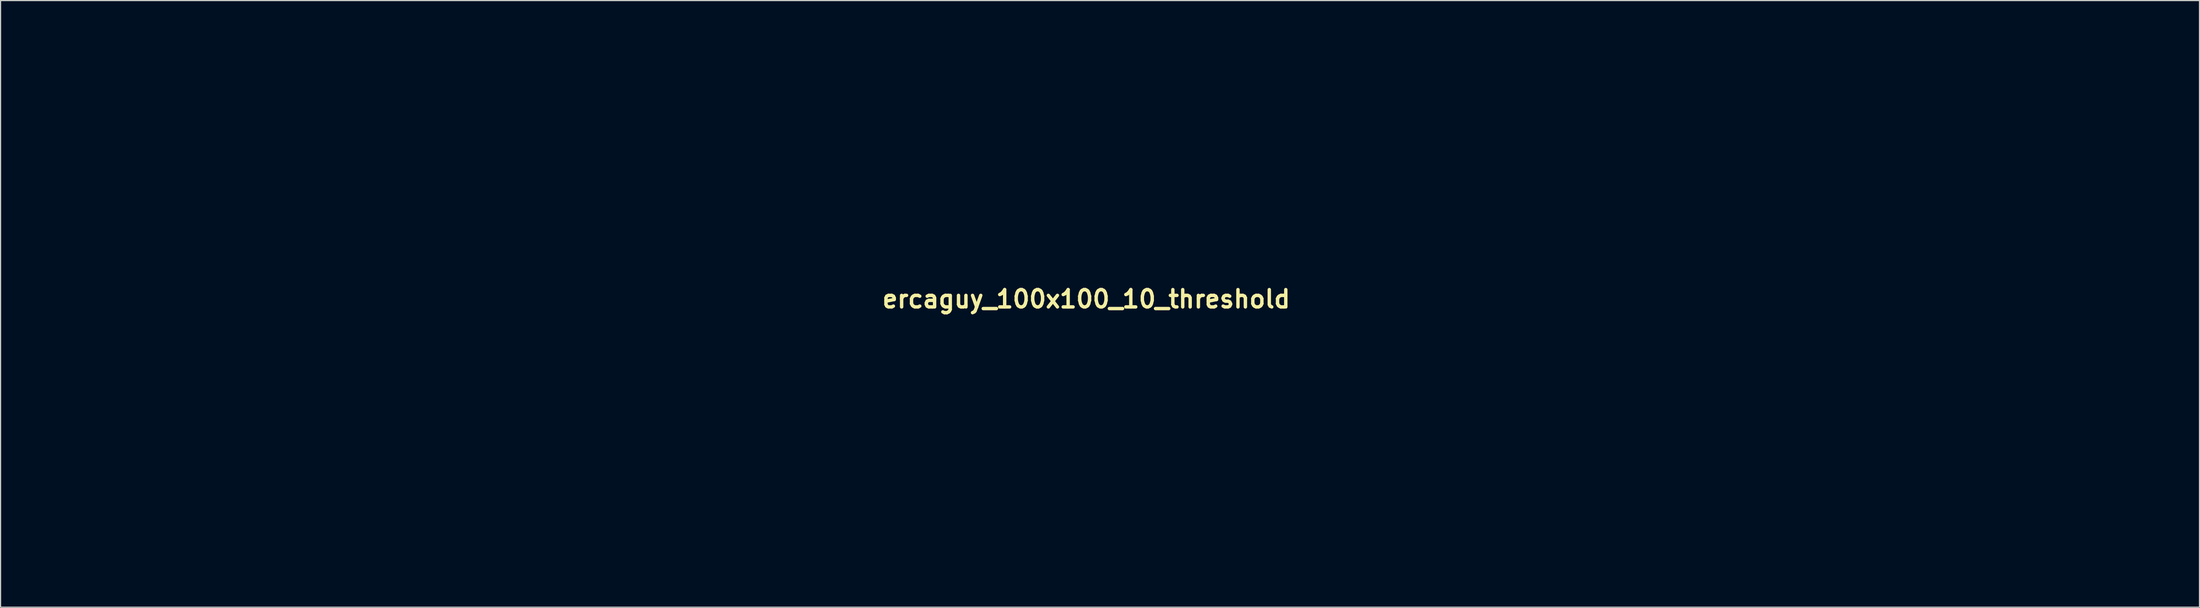
<source format=kicad_pcb>
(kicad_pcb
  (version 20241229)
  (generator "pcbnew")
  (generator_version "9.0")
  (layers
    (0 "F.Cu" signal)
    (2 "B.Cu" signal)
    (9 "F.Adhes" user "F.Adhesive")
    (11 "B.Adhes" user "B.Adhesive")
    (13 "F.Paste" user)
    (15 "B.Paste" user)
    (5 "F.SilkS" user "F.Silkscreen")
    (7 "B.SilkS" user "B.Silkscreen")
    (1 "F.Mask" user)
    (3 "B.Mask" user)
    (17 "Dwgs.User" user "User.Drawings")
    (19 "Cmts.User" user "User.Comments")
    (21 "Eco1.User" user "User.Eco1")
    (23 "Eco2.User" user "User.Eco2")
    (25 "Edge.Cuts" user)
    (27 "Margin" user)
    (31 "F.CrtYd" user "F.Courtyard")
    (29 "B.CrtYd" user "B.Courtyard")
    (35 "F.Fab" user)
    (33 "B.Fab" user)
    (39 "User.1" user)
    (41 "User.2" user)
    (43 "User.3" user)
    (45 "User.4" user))
  (footprint "ercaguy_100x100_10_threshold"
    (layer "F.Cu")
    (at 92.58 23.289)
    (property "Reference" "ercaguy_100x100_10_threshold" (at 0 0 0) (layer "F.SilkS") (effects (font (size 1.524 1.524) (thickness 0.3))))
    (attr through_hole)
    (fp_poly (pts (xy 5.131 8.255) (xy 5.127 8.164) (xy 5.158 8.159) (xy 5.131 8.255)) (stroke (width 0.01) (type solid)) (fill no) (layer "Eco2.User"))
    (fp_poly (pts (xy 8.38 8.227) (xy 8.368 8.255) (xy 8.374 8.224) (xy 8.38 8.227)) (stroke (width 0.01) (type solid)) (fill no) (layer "Eco2.User"))
    (fp_poly (pts (xy -35.814 -10.287) (xy -35.941 -10.16) (xy -36.068 -10.287) (xy -35.941 -10.414) (xy -35.814 -10.287)) (stroke (width 0.01) (type solid)) (fill no) (layer "Eco2.User"))
    (fp_poly (pts (xy -35.56 -9.525) (xy -35.687 -9.398) (xy -35.814 -9.525) (xy -35.687 -9.652) (xy -35.56 -9.525)) (stroke (width 0.01) (type solid)) (fill no) (layer "Eco2.User"))
    (fp_poly (pts (xy -35.306 -8.255) (xy -35.433 -8.128) (xy -35.56 -8.255) (xy -35.433 -8.382) (xy -35.306 -8.255)) (stroke (width 0.01) (type solid)) (fill no) (layer "Eco2.User"))
    (fp_poly (pts (xy -34.798 -6.477) (xy -34.925 -6.35) (xy -35.052 -6.477) (xy -34.925 -6.604) (xy -34.798 -6.477)) (stroke (width 0.01) (type solid)) (fill no) (layer "Eco2.User"))
    (fp_poly (pts (xy -34.544 -5.461) (xy -34.671 -5.334) (xy -34.798 -5.461) (xy -34.671 -5.588) (xy -34.544 -5.461)) (stroke (width 0.01) (type solid)) (fill no) (layer "Eco2.User"))
    (fp_poly (pts (xy -34.29 -4.445) (xy -34.417 -4.318) (xy -34.544 -4.445) (xy -34.417 -4.572) (xy -34.29 -4.445)) (stroke (width 0.01) (type solid)) (fill no) (layer "Eco2.User"))
    (fp_poly (pts (xy -31.75 -22.479) (xy -31.877 -22.352) (xy -32.004 -22.479) (xy -31.877 -22.606) (xy -31.75 -22.479)) (stroke (width 0.01) (type solid)) (fill no) (layer "Eco2.User"))
    (fp_poly (pts (xy -29.21 -7.747) (xy -29.337 -7.62) (xy -29.464 -7.747) (xy -29.337 -7.874) (xy -29.21 -7.747)) (stroke (width 0.01) (type solid)) (fill no) (layer "Eco2.User"))
    (fp_poly (pts (xy -28.956 -6.985) (xy -29.083 -6.858) (xy -29.21 -6.985) (xy -29.083 -7.112) (xy -28.956 -6.985)) (stroke (width 0.01) (type solid)) (fill no) (layer "Eco2.User"))
    (fp_poly (pts (xy -28.448 -5.969) (xy -28.575 -5.842) (xy -28.702 -5.969) (xy -28.575 -6.096) (xy -28.448 -5.969)) (stroke (width 0.01) (type solid)) (fill no) (layer "Eco2.User"))
    (fp_poly (pts (xy -21.844 -18.161) (xy -21.971 -18.034) (xy -22.098 -18.161) (xy -21.971 -18.288) (xy -21.844 -18.161)) (stroke (width 0.01) (type solid)) (fill no) (layer "Eco2.User"))
    (fp_poly (pts (xy -21.59 -22.987) (xy -21.717 -22.86) (xy -21.844 -22.987) (xy -21.717 -23.114) (xy -21.59 -22.987)) (stroke (width 0.01) (type solid)) (fill no) (layer "Eco2.User"))
    (fp_poly (pts (xy -21.082 -22.733) (xy -21.209 -22.606) (xy -21.336 -22.733) (xy -21.209 -22.86) (xy -21.082 -22.733)) (stroke (width 0.01) (type solid)) (fill no) (layer "Eco2.User"))
    (fp_poly (pts (xy -20.32 -11.049) (xy -20.447 -10.922) (xy -20.574 -11.049) (xy -20.447 -11.176) (xy -20.32 -11.049)) (stroke (width 0.01) (type solid)) (fill no) (layer "Eco2.User"))
    (fp_poly (pts (xy -19.05 -10.795) (xy -19.177 -10.668) (xy -19.304 -10.795) (xy -19.177 -10.922) (xy -19.05 -10.795)) (stroke (width 0.01) (type solid)) (fill no) (layer "Eco2.User"))
    (fp_poly (pts (xy 33.528 -9.017) (xy 33.401 -8.89) (xy 33.274 -9.017) (xy 33.401 -9.144) (xy 33.528 -9.017)) (stroke (width 0.01) (type solid)) (fill no) (layer "Eco2.User"))
    (fp_poly (pts (xy 33.782 -8.001) (xy 33.655 -7.874) (xy 33.528 -8.001) (xy 33.655 -8.128) (xy 33.782 -8.001)) (stroke (width 0.01) (type solid)) (fill no) (layer "Eco2.User"))
    (fp_poly (pts (xy 34.036 -7.239) (xy 33.909 -7.112) (xy 33.782 -7.239) (xy 33.909 -7.366) (xy 34.036 -7.239)) (stroke (width 0.01) (type solid)) (fill no) (layer "Eco2.User"))
    (fp_poly (pts (xy 34.29 -6.731) (xy 34.163 -6.604) (xy 34.036 -6.731) (xy 34.163 -6.858) (xy 34.29 -6.731)) (stroke (width 0.01) (type solid)) (fill no) (layer "Eco2.User"))
    (fp_poly (pts (xy 34.798 -5.715) (xy 34.671 -5.588) (xy 34.544 -5.715) (xy 34.671 -5.842) (xy 34.798 -5.715)) (stroke (width 0.01) (type solid)) (fill no) (layer "Eco2.User"))
    (fp_poly (pts (xy 39.878 -7.747) (xy 39.751 -7.62) (xy 39.624 -7.747) (xy 39.751 -7.874) (xy 39.878 -7.747)) (stroke (width 0.01) (type solid)) (fill no) (layer "Eco2.User"))
    (fp_poly (pts (xy 40.386 -7.493) (xy 40.259 -7.366) (xy 40.132 -7.493) (xy 40.259 -7.62) (xy 40.386 -7.493)) (stroke (width 0.01) (type solid)) (fill no) (layer "Eco2.User"))
    (fp_poly (pts (xy 40.64 -16.891) (xy 40.513 -16.764) (xy 40.386 -16.891) (xy 40.513 -17.018) (xy 40.64 -16.891)) (stroke (width 0.01) (type solid)) (fill no) (layer "Eco2.User"))
    (fp_poly (pts (xy 41.402 -7.239) (xy 41.275 -7.112) (xy 41.148 -7.239) (xy 41.275 -7.366) (xy 41.402 -7.239)) (stroke (width 0.01) (type solid)) (fill no) (layer "Eco2.User"))
    (fp_poly (pts (xy 41.91 -9.525) (xy 41.783 -9.398) (xy 41.656 -9.525) (xy 41.783 -9.652) (xy 41.91 -9.525)) (stroke (width 0.01) (type solid)) (fill no) (layer "Eco2.User"))
    (fp_poly (pts (xy 44.45 -14.097) (xy 44.323 -13.97) (xy 44.196 -14.097) (xy 44.323 -14.224) (xy 44.45 -14.097)) (stroke (width 0.01) (type solid)) (fill no) (layer "Eco2.User"))
    (fp_poly (pts (xy 49.784 -21.463) (xy 49.657 -21.336) (xy 49.53 -21.463) (xy 49.657 -21.59) (xy 49.784 -21.463)) (stroke (width 0.01) (type solid)) (fill no) (layer "Eco2.User"))
    (fp_poly (pts (xy 53.594 -4.953) (xy 53.467 -4.826) (xy 53.34 -4.953) (xy 53.467 -5.08) (xy 53.594 -4.953)) (stroke (width 0.01) (type solid)) (fill no) (layer "Eco2.User"))
    (fp_poly (pts (xy 53.848 -4.445) (xy 53.721 -4.318) (xy 53.594 -4.445) (xy 53.721 -4.572) (xy 53.848 -4.445)) (stroke (width 0.01) (type solid)) (fill no) (layer "Eco2.User"))
    (fp_poly (pts (xy 61.214 -3.683) (xy 61.087 -3.556) (xy 60.96 -3.683) (xy 61.087 -3.81) (xy 61.214 -3.683)) (stroke (width 0.01) (type solid)) (fill no) (layer "Eco2.User"))
    (fp_poly (pts (xy 69.85 -15.113) (xy 69.723 -14.986) (xy 69.596 -15.113) (xy 69.723 -15.24) (xy 69.85 -15.113)) (stroke (width 0.01) (type solid)) (fill no) (layer "Eco2.User"))
    (fp_poly (pts (xy 69.85 -14.605) (xy 69.723 -14.478) (xy 69.596 -14.605) (xy 69.723 -14.732) (xy 69.85 -14.605)) (stroke (width 0.01) (type solid)) (fill no) (layer "Eco2.User"))
    (fp_poly (pts (xy 70.104 -13.843) (xy 69.977 -13.716) (xy 69.85 -13.843) (xy 69.977 -13.97) (xy 70.104 -13.843)) (stroke (width 0.01) (type solid)) (fill no) (layer "Eco2.User"))
    (fp_poly (pts (xy 70.104 -13.335) (xy 69.977 -13.208) (xy 69.85 -13.335) (xy 69.977 -13.462) (xy 70.104 -13.335)) (stroke (width 0.01) (type solid)) (fill no) (layer "Eco2.User"))
    (fp_poly (pts (xy 70.358 -12.573) (xy 70.231 -12.446) (xy 70.104 -12.573) (xy 70.231 -12.7) (xy 70.358 -12.573)) (stroke (width 0.01) (type solid)) (fill no) (layer "Eco2.User"))
    (fp_poly (pts (xy 70.612 -10.541) (xy 70.485 -10.414) (xy 70.358 -10.541) (xy 70.485 -10.668) (xy 70.612 -10.541)) (stroke (width 0.01) (type solid)) (fill no) (layer "Eco2.User"))
    (fp_poly (pts (xy 70.866 -9.271) (xy 70.739 -9.144) (xy 70.612 -9.271) (xy 70.739 -9.398) (xy 70.866 -9.271)) (stroke (width 0.01) (type solid)) (fill no) (layer "Eco2.User"))
    (fp_poly (pts (xy 71.374 -6.477) (xy 71.247 -6.35) (xy 71.12 -6.477) (xy 71.247 -6.604) (xy 71.374 -6.477)) (stroke (width 0.01) (type solid)) (fill no) (layer "Eco2.User"))
    (fp_poly (pts (xy 80.518 -1.905) (xy 80.391 -1.778) (xy 80.264 -1.905) (xy 80.391 -2.032) (xy 80.518 -1.905)) (stroke (width 0.01) (type solid)) (fill no) (layer "Eco2.User"))
    (fp_poly (pts (xy 91.948 -3.937) (xy 91.821 -3.81) (xy 91.694 -3.937) (xy 91.821 -4.064) (xy 91.948 -3.937)) (stroke (width 0.01) (type solid)) (fill no) (layer "Eco2.User"))
    (fp_poly (pts (xy 92.202 -4.699) (xy 92.075 -4.572) (xy 91.948 -4.699) (xy 92.075 -4.826) (xy 92.202 -4.699)) (stroke (width 0.01) (type solid)) (fill no) (layer "Eco2.User"))
    (fp_poly (pts (xy 94.488 -9.271) (xy 94.361 -9.144) (xy 94.234 -9.271) (xy 94.361 -9.398) (xy 94.488 -9.271)) (stroke (width 0.01) (type solid)) (fill no) (layer "Eco2.User"))
    (fp_poly (pts (xy 94.488 -7.493) (xy 94.361 -7.366) (xy 94.234 -7.493) (xy 94.361 -7.62) (xy 94.488 -7.493)) (stroke (width 0.01) (type solid)) (fill no) (layer "Eco2.User"))
    (fp_poly (pts (xy 94.742 -5.207) (xy 94.615 -5.08) (xy 94.488 -5.207) (xy 94.615 -5.334) (xy 94.742 -5.207)) (stroke (width 0.01) (type solid)) (fill no) (layer "Eco2.User"))
    (fp_poly (pts (xy 94.996 -5.715) (xy 94.869 -5.588) (xy 94.742 -5.715) (xy 94.869 -5.842) (xy 94.996 -5.715)) (stroke (width 0.01) (type solid)) (fill no) (layer "Eco2.User"))
    (fp_poly (pts (xy -35.137 -7.535) (xy -35.106 -7.234) (xy -35.137 -7.197) (xy -35.288 -7.232) (xy -35.306 -7.366) (xy -35.213 -7.575) (xy -35.137 -7.535)) (stroke (width 0.01) (type solid)) (fill no) (layer "Eco2.User"))
    (fp_poly (pts (xy -34.121 -5.249) (xy -34.09 -4.948) (xy -34.121 -4.911) (xy -34.272 -4.946) (xy -34.29 -5.08) (xy -34.197 -5.289) (xy -34.121 -5.249)) (stroke (width 0.01) (type solid)) (fill no) (layer "Eco2.User"))
    (fp_poly (pts (xy -33.105 -9.567) (xy -33.074 -9.266) (xy -33.105 -9.229) (xy -33.256 -9.264) (xy -33.274 -9.398) (xy -33.181 -9.607) (xy -33.105 -9.567)) (stroke (width 0.01) (type solid)) (fill no) (layer "Eco2.User"))
    (fp_poly (pts (xy -29.549 -9.059) (xy -29.518 -8.758) (xy -29.549 -8.721) (xy -29.7 -8.756) (xy -29.718 -8.89) (xy -29.625 -9.099) (xy -29.549 -9.059)) (stroke (width 0.01) (type solid)) (fill no) (layer "Eco2.User"))
    (fp_poly (pts (xy -21.675 -16.679) (xy -21.644 -16.378) (xy -21.675 -16.341) (xy -21.826 -16.376) (xy -21.844 -16.51) (xy -21.751 -16.719) (xy -21.675 -16.679)) (stroke (width 0.01) (type solid)) (fill no) (layer "Eco2.User"))
    (fp_poly (pts (xy -21.167 -11.345) (xy -21.202 -11.194) (xy -21.336 -11.176) (xy -21.545 -11.269) (xy -21.505 -11.345) (xy -21.204 -11.376) (xy -21.167 -11.345)) (stroke (width 0.01) (type solid)) (fill no) (layer "Eco2.User"))
    (fp_poly (pts (xy -20.913 -10.837) (xy -20.948 -10.686) (xy -21.082 -10.668) (xy -21.291 -10.761) (xy -21.251 -10.837) (xy -20.95 -10.868) (xy -20.913 -10.837)) (stroke (width 0.01) (type solid)) (fill no) (layer "Eco2.User"))
    (fp_poly (pts (xy 46.905 -3.471) (xy 46.87 -3.32) (xy 46.736 -3.302) (xy 46.527 -3.395) (xy 46.567 -3.471) (xy 46.868 -3.502) (xy 46.905 -3.471)) (stroke (width 0.01) (type solid)) (fill no) (layer "Eco2.User"))
    (fp_poly (pts (xy 47.683 -22.505) (xy 47.607 -22.39) (xy 47.35 -22.372) (xy 47.079 -22.434) (xy 47.196 -22.526) (xy 47.593 -22.556) (xy 47.683 -22.505)) (stroke (width 0.01) (type solid)) (fill no) (layer "Eco2.User"))
    (fp_poly (pts (xy 70.273 -12.107) (xy 70.304 -11.806) (xy 70.273 -11.769) (xy 70.122 -11.804) (xy 70.104 -11.938) (xy 70.197 -12.147) (xy 70.273 -12.107)) (stroke (width 0.01) (type solid)) (fill no) (layer "Eco2.User"))
    (fp_poly (pts (xy 71.035 -8.043) (xy 71.066 -7.742) (xy 71.035 -7.705) (xy 70.884 -7.74) (xy 70.866 -7.874) (xy 70.959 -8.083) (xy 71.035 -8.043)) (stroke (width 0.01) (type solid)) (fill no) (layer "Eco2.User"))
    (fp_poly (pts (xy 71.543 -5.503) (xy 71.574 -5.202) (xy 71.543 -5.165) (xy 71.392 -5.2) (xy 71.374 -5.334) (xy 71.467 -5.543) (xy 71.543 -5.503)) (stroke (width 0.01) (type solid)) (fill no) (layer "Eco2.User"))
    (fp_poly (pts (xy 93.895 -7.535) (xy 93.926 -7.234) (xy 93.895 -7.197) (xy 93.744 -7.232) (xy 93.726 -7.366) (xy 93.819 -7.575) (xy 93.895 -7.535)) (stroke (width 0.01) (type solid)) (fill no) (layer "Eco2.User"))
    (fp_poly (pts (xy 50.736 -20.725) (xy 51.216 -20.275) (xy 51.286 -20.079) (xy 51.22 -20.066) (xy 51.013 -20.237) (xy 50.649 -20.637) (xy 50.165 -21.209) (xy 50.736 -20.725)) (stroke (width 0.01) (type solid)) (fill no) (layer "Eco2.User"))
    (fp_poly (pts (xy -28.061 -5.254) (xy -27.877 -5.112) (xy -27.482 -4.742) (xy -27.483 -4.576) (xy -27.528 -4.572) (xy -27.74 -4.746) (xy -27.972 -5.016) (xy -28.192 -5.317) (xy -28.061 -5.254)) (stroke (width 0.01) (type solid)) (fill no) (layer "Eco2.User"))
    (fp_poly (pts (xy -21.347 -17.573) (xy -21.336 -17.399) (xy -21.469 -17.061) (xy -21.582 -17.018) (xy -21.722 -17.204) (xy -21.682 -17.399) (xy -21.502 -17.733) (xy -21.436 -17.78) (xy -21.347 -17.573)) (stroke (width 0.01) (type solid)) (fill no) (layer "Eco2.User"))
    (fp_poly (pts (xy -19.88 -10.548) (xy -19.812 -10.414) (xy -19.851 -10.192) (xy -20.071 -10.258) (xy -20.32 -10.414) (xy -20.554 -10.611) (xy -20.313 -10.663) (xy -20.256 -10.664) (xy -19.88 -10.548)) (stroke (width 0.01) (type solid)) (fill no) (layer "Eco2.User"))
    (fp_poly (pts (xy 9.26 7.388) (xy 9.222 7.602) (xy 8.937 8.077) (xy 8.511 8.278) (xy 8.38 8.227) (xy 8.621 7.684) (xy 8.913 7.236) (xy 9.167 7.132) (xy 9.26 7.388)) (stroke (width 0.01) (type solid)) (fill no) (layer "Eco2.User"))
    (fp_poly (pts (xy -5.483 -14.831) (xy -5.35 -14.374) (xy -5.488 -13.864) (xy -5.815 -13.559) (xy -6.358 -13.44) (xy -6.92 -13.499) (xy -7.303 -13.73) (xy -7.366 -13.921) (xy -7.167 -14.648) (xy -6.639 -15.047) (xy -6.032 -15.068) (xy -5.483 -14.831)) (stroke (width 0.01) (type solid)) (fill no) (layer "Eco2.User"))
    (fp_poly (pts (xy 90.785 -4.502) (xy 90.766 -4.435) (xy 90.503 -4.202) (xy 90.037 -4.038) (xy 89.557 -3.975) (xy 89.253 -4.049) (xy 89.23 -4.164) (xy 89.517 -4.398) (xy 90.088 -4.589) (xy 90.103 -4.592) (xy 90.646 -4.651) (xy 90.785 -4.502)) (stroke (width 0.01) (type solid)) (fill no) (layer "Eco2.User"))
    (fp_poly (pts (xy 87.306 -4.49) (xy 87.305 -4.485) (xy 87.014 -4.245) (xy 86.437 -4.046) (xy 86.393 -4.037) (xy 85.805 -3.98) (xy 85.668 -4.146) (xy 85.669 -4.151) (xy 85.96 -4.391) (xy 86.537 -4.59) (xy 86.581 -4.599) (xy 87.169 -4.656) (xy 87.306 -4.49)) (stroke (width 0.01) (type solid)) (fill no) (layer "Eco2.User"))
    (fp_poly (pts (xy 94.224 -5.412) (xy 94.234 -5.347) (xy 94.109 -5.034) (xy 93.821 -4.641) (xy 93.498 -4.309) (xy 93.267 -4.178) (xy 93.226 -4.24) (xy 93.402 -4.644) (xy 93.472 -4.699) (xy 93.683 -5.056) (xy 93.726 -5.364) (xy 93.826 -5.706) (xy 93.98 -5.715) (xy 94.224 -5.412)) (stroke (width 0.01) (type solid)) (fill no) (layer "Eco2.User"))
    (fp_poly (pts (xy -33.362 -22.922) (xy -33.309 -22.642) (xy -33.087 -22.528) (xy -32.972 -22.456) (xy -33.347 -22.433) (xy -34.195 -22.456) (xy -35.5 -22.527) (xy -36.703 -22.606) (xy -38.989 -22.764) (xy -36.533 -22.812) (xy -35.422 -22.85) (xy -34.471 -22.912) (xy -33.816 -22.987) (xy -33.634 -23.03) (xy -33.33 -23.074) (xy -33.362 -22.922)) (stroke (width 0.01) (type solid)) (fill no) (layer "Eco2.User"))
    (fp_poly (pts (xy -50.962 -15.725) (xy -50.715 -15.574) (xy -50.729 -15.169) (xy -50.778 -14.922) (xy -50.947 -14.374) (xy -51.273 -14.118) (xy -51.923 -14.016) (xy -52.547 -13.99) (xy -52.789 -14.102) (xy -52.767 -14.428) (xy -52.743 -14.524) (xy -52.616 -15.119) (xy -52.581 -15.431) (xy -52.343 -15.655) (xy -51.686 -15.747) (xy -51.594 -15.748) (xy -50.962 -15.725)) (stroke (width 0.01) (type solid)) (fill no) (layer "Eco2.User"))
    (fp_poly (pts (xy -32.633 -8.251) (xy -32.404 -7.52) (xy -32.042 -6.246) (xy -31.841 -5.389) (xy -31.81 -4.88) (xy -31.962 -4.65) (xy -32.306 -4.631) (xy -32.849 -4.751) (xy -33.16 -4.868) (xy -33.113 -5.075) (xy -32.862 -5.368) (xy -32.615 -5.711) (xy -32.533 -6.114) (xy -32.603 -6.741) (xy -32.712 -7.297) (xy -32.885 -8.241) (xy -32.921 -8.722) (xy -32.833 -8.728) (xy -32.633 -8.251)) (stroke (width 0.01) (type solid)) (fill no) (layer "Eco2.User"))
    (fp_poly (pts (xy 46.155 -9.335) (xy 46.414 -9.216) (xy 46.482 -8.992) (xy 46.482 -8.965) (xy 46.422 -8.73) (xy 46.173 -8.593) (xy 45.632 -8.527) (xy 44.698 -8.509) (xy 44.571 -8.509) (xy 43.579 -8.527) (xy 43.004 -8.592) (xy 42.756 -8.723) (xy 42.732 -8.89) (xy 42.908 -9.106) (xy 43.393 -9.245) (xy 44.274 -9.328) (xy 44.643 -9.346) (xy 45.6 -9.371) (xy 46.155 -9.335)) (stroke (width 0.01) (type solid)) (fill no) (layer "Eco2.User"))
    (fp_poly (pts (xy 93.611 -9.086) (xy 93.902 -8.982) (xy 93.776 -8.844) (xy 93.424 -8.688) (xy 92.783 -8.279) (xy 92.359 -7.614) (xy 92.09 -6.584) (xy 92.037 -6.233) (xy 91.891 -5.56) (xy 91.704 -5.147) (xy 91.536 -5.063) (xy 91.445 -5.377) (xy 91.441 -5.524) (xy 91.571 -6.506) (xy 91.909 -7.468) (xy 92.385 -8.296) (xy 92.932 -8.877) (xy 93.48 -9.1) (xy 93.611 -9.086)) (stroke (width 0.01) (type solid)) (fill no) (layer "Eco2.User"))
    (fp_poly (pts (xy -21.957 -10.945) (xy -22.054 -10.302) (xy -22.331 -9.504) (xy -22.736 -8.681) (xy -23.214 -7.965) (xy -23.675 -7.51) (xy -24.199 -7.245) (xy -24.734 -7.111) (xy -25.092 -7.144) (xy -25.146 -7.236) (xy -24.937 -7.404) (xy -24.421 -7.661) (xy -24.293 -7.715) (xy -23.601 -8.224) (xy -22.972 -9.052) (xy -22.518 -10.014) (xy -22.352 -10.89) (xy -22.261 -11.272) (xy -22.097 -11.302) (xy -21.957 -10.945)) (stroke (width 0.01) (type solid)) (fill no) (layer "Eco2.User"))
    (fp_poly (pts (xy -20.012 -9.448) (xy -20.198 -8.705) (xy -20.876 -7.125) (xy -21.842 -5.836) (xy -23.023 -4.934) (xy -23.108 -4.889) (xy -24.053 -4.471) (xy -24.722 -4.339) (xy -25.245 -4.474) (xy -25.345 -4.533) (xy -25.387 -4.73) (xy -24.942 -4.973) (xy -24.661 -5.073) (xy -23.254 -5.78) (xy -22.055 -6.918) (xy -21.113 -8.363) (xy -20.585 -9.277) (xy -20.213 -9.768) (xy -20.015 -9.827) (xy -20.012 -9.448)) (stroke (width 0.01) (type solid)) (fill no) (layer "Eco2.User"))
    (fp_poly (pts (xy 89.55 -9.204) (xy 89.662 -8.99) (xy 89.47 -8.671) (xy 89.325 -8.636) (xy 89.124 -8.434) (xy 88.932 -7.805) (xy 88.74 -6.715) (xy 88.667 -6.182) (xy 88.452 -4.844) (xy 88.212 -3.877) (xy 87.963 -3.347) (xy 87.942 -3.324) (xy 87.664 -3.082) (xy 87.635 -3.23) (xy 87.721 -3.556) (xy 88.058 -4.99) (xy 88.327 -6.626) (xy 88.481 -8.165) (xy 88.497 -8.51) (xy 88.598 -9.073) (xy 88.927 -9.289) (xy 89.091 -9.309) (xy 89.55 -9.204)) (stroke (width 0.01) (type solid)) (fill no) (layer "Eco2.User"))
    (fp_poly (pts (xy 81.969 -4.984) (xy 81.896 -4.855) (xy 81.64 -4.822) (xy 81.319 -4.78) (xy 81.472 -4.613) (xy 81.534 -4.572) (xy 81.768 -4.375) (xy 81.527 -4.323) (xy 81.471 -4.322) (xy 81.152 -4.181) (xy 81.032 -3.693) (xy 81.026 -3.456) (xy 80.911 -2.755) (xy 80.639 -2.446) (xy 80.389 -2.407) (xy 80.455 -2.669) (xy 80.537 -2.829) (xy 80.713 -3.477) (xy 80.713 -4.099) (xy 80.709 -4.655) (xy 80.992 -4.922) (xy 81.208 -4.989) (xy 81.729 -5.049) (xy 81.969 -4.984)) (stroke (width 0.01) (type solid)) (fill no) (layer "Eco2.User"))
    (fp_poly (pts (xy 86.143 -9.19) (xy 86.178 -8.966) (xy 85.861 -8.662) (xy 85.724 -8.636) (xy 85.523 -8.423) (xy 85.358 -7.765) (xy 85.22 -6.631) (xy 85.212 -6.54) (xy 85.089 -5.399) (xy 84.951 -4.496) (xy 84.813 -3.89) (xy 84.69 -3.64) (xy 84.598 -3.806) (xy 84.568 -4.064) (xy 84.559 -4.652) (xy 84.595 -4.953) (xy 84.678 -5.404) (xy 84.786 -6.201) (xy 84.901 -7.187) (xy 85.003 -8.203) (xy 85.072 -9.03) (xy 85.303 -9.234) (xy 85.698 -9.296) (xy 86.143 -9.19)) (stroke (width 0.01) (type solid)) (fill no) (layer "Eco2.User"))
    (fp_poly (pts (xy -51.322 -12.664) (xy -51.308 -12.651) (xy -51.357 -12.353) (xy -51.489 -11.672) (xy -51.679 -10.723) (xy -51.905 -9.618) (xy -52.142 -8.473) (xy -52.368 -7.401) (xy -52.558 -6.516) (xy -52.689 -5.933) (xy -52.729 -5.779) (xy -53.034 -5.444) (xy -53.721 -5.334) (xy -53.766 -5.334) (xy -54.36 -5.363) (xy -54.571 -5.544) (xy -54.525 -6.018) (xy -54.496 -6.16) (xy -54.376 -6.747) (xy -54.183 -7.689) (xy -53.946 -8.843) (xy -53.755 -9.779) (xy -53.183 -12.573) (xy -52.245 -12.652) (xy -51.64 -12.684) (xy -51.322 -12.664)) (stroke (width 0.01) (type solid)) (fill no) (layer "Eco2.User"))
    (fp_poly (pts (xy -81.111 -15.723) (xy -80.873 -15.576) (xy -80.9 -15.203) (xy -80.937 -15.05) (xy -81.045 -14.579) (xy -81.233 -13.706) (xy -81.482 -12.527) (xy -81.771 -11.14) (xy -82.025 -9.907) (xy -82.937 -5.461) (xy -83.887 -5.382) (xy -84.496 -5.365) (xy -84.82 -5.423) (xy -84.836 -5.448) (xy -84.785 -5.736) (xy -84.644 -6.424) (xy -84.433 -7.418) (xy -84.174 -8.622) (xy -84.101 -8.955) (xy -83.792 -10.386) (xy -83.49 -11.814) (xy -83.229 -13.077) (xy -83.042 -14.012) (xy -83.038 -14.034) (xy -82.711 -15.748) (xy -81.737 -15.748) (xy -81.111 -15.723)) (stroke (width 0.01) (type solid)) (fill no) (layer "Eco2.User"))
    (fp_poly (pts (xy -6.14 -12.169) (xy -5.849 -12.112) (xy -5.842 -12.1) (xy -5.891 -11.813) (xy -6.021 -11.143) (xy -6.21 -10.201) (xy -6.434 -9.102) (xy -6.67 -7.957) (xy -6.896 -6.88) (xy -7.086 -5.984) (xy -7.219 -5.382) (xy -7.25 -5.255) (xy -7.457 -4.778) (xy -7.869 -4.593) (xy -8.283 -4.572) (xy -8.935 -4.666) (xy -9.144 -4.919) (xy -9.087 -5.319) (xy -8.924 -6.169) (xy -8.662 -7.425) (xy -8.312 -9.044) (xy -7.883 -10.98) (xy -7.739 -11.62) (xy -7.54 -12.022) (xy -7.085 -12.178) (xy -6.726 -12.192) (xy -6.14 -12.169)) (stroke (width 0.01) (type solid)) (fill no) (layer "Eco2.User"))
    (fp_poly (pts (xy -30.988 -19.812) (xy -30.838 -19.299) (xy -30.759 -18.449) (xy -30.751 -17.425) (xy -30.812 -16.393) (xy -30.941 -15.518) (xy -31.022 -15.214) (xy -31.425 -14.411) (xy -32.044 -13.59) (xy -32.739 -12.914) (xy -33.351 -12.549) (xy -33.676 -12.34) (xy -33.746 -11.904) (xy -33.7 -11.531) (xy -33.612 -10.907) (xy -33.652 -10.706) (xy -33.861 -10.851) (xy -33.985 -10.973) (xy -34.315 -11.623) (xy -34.209 -12.405) (xy -33.688 -13.236) (xy -33.239 -13.677) (xy -32.221 -14.767) (xy -31.584 -16.011) (xy -31.283 -17.522) (xy -31.244 -18.415) (xy -31.215 -19.36) (xy -31.138 -19.827) (xy -31.008 -19.84) (xy -30.988 -19.812)) (stroke (width 0.01) (type solid)) (fill no) (layer "Eco2.User"))
    (fp_poly (pts (xy -19.083 -10.353) (xy -18.76 -10.062) (xy -18.724 -9.738) (xy -18.918 -8.892) (xy -19.31 -7.809) (xy -19.819 -6.677) (xy -20.366 -5.685) (xy -20.579 -5.368) (xy -21.585 -4.332) (xy -22.794 -3.64) (xy -24.095 -3.323) (xy -25.38 -3.408) (xy -26.352 -3.807) (xy -26.9 -4.181) (xy -27.157 -4.432) (xy -27.087 -4.495) (xy -26.654 -4.31) (xy -26.632 -4.298) (xy -25.753 -4.045) (xy -24.653 -4.02) (xy -23.559 -4.21) (xy -22.807 -4.526) (xy -21.812 -5.372) (xy -20.896 -6.567) (xy -20.158 -7.954) (xy -19.698 -9.375) (xy -19.676 -9.486) (xy -19.483 -10.138) (xy -19.206 -10.361) (xy -19.083 -10.353)) (stroke (width 0.01) (type solid)) (fill no) (layer "Eco2.User"))
    (fp_poly (pts (xy 5.842 9.35) (xy 5.798 9.811) (xy 5.573 10.029) (xy 5.024 10.107) (xy 4.778 10.118) (xy 4.029 10.073) (xy 3.558 9.898) (xy 3.508 9.843) (xy 3.244 9.676) (xy 3.111 9.79) (xy 2.7 10.036) (xy 2.109 10.101) (xy 1.578 9.984) (xy 1.361 9.777) (xy 1.279 9.398) (xy 1.778 9.398) (xy 1.871 9.607) (xy 1.947 9.567) (xy 1.978 9.266) (xy 1.947 9.229) (xy 1.796 9.264) (xy 1.778 9.398) (xy 1.279 9.398) (xy 1.257 9.298) (xy 1.425 8.977) (xy 1.928 8.784) (xy 2.832 8.686) (xy 3.663 8.66) (xy 5.842 8.622) (xy 5.842 9.35)) (stroke (width 0.01) (type solid)) (fill no) (layer "Eco2.User"))
    (fp_poly (pts (xy 0.538 -12.17) (xy 0.723 -12.012) (xy 0.587 -11.58) (xy 0.467 -11.315) (xy 0.058 -10.803) (xy -0.561 -10.668) (xy -1.354 -10.449) (xy -2.04 -9.783) (xy -2.628 -8.655) (xy -3.125 -7.05) (xy -3.443 -5.524) (xy -3.594 -4.902) (xy -3.861 -4.634) (xy -4.422 -4.573) (xy -4.574 -4.572) (xy -5.535 -4.572) (xy -4.913 -7.429) (xy -4.644 -8.669) (xy -4.397 -9.813) (xy -4.202 -10.718) (xy -4.104 -11.176) (xy -3.908 -11.79) (xy -3.56 -12.064) (xy -3.102 -12.145) (xy -2.54 -12.153) (xy -2.32 -11.945) (xy -2.286 -11.526) (xy -2.286 -10.827) (xy -1.574 -11.509) (xy -0.678 -12.083) (xy -0.05 -12.192) (xy 0.538 -12.17)) (stroke (width 0.01) (type solid)) (fill no) (layer "Eco2.User"))
    (fp_poly (pts (xy -22.279 -23.171) (xy -22.317 -23.144) (xy -22.502 -22.915) (xy -22.381 -22.827) (xy -22.44 -22.774) (xy -22.896 -22.74) (xy -23.346 -22.733) (xy -24.689 -22.492) (xy -25.899 -21.795) (xy -26.955 -20.682) (xy -27.834 -19.194) (xy -28.515 -17.37) (xy -28.976 -15.25) (xy -29.195 -12.874) (xy -29.21 -12.024) (xy -29.227 -10.939) (xy -29.273 -10.071) (xy -29.341 -9.529) (xy -29.401 -9.398) (xy -29.472 -9.635) (xy -29.527 -10.281) (xy -29.559 -11.237) (xy -29.563 -12.386) (xy -29.412 -14.748) (xy -29.021 -16.913) (xy -28.416 -18.83) (xy -27.621 -20.448) (xy -26.66 -21.717) (xy -25.558 -22.586) (xy -24.391 -22.997) (xy -23.524 -23.13) (xy -22.733 -23.251) (xy -22.269 -23.284) (xy -22.279 -23.171)) (stroke (width 0.01) (type solid)) (fill no) (layer "Eco2.User"))
    (fp_poly (pts (xy -54.324 -12.898) (xy -54.12 -12.764) (xy -54.421 -11.968) (xy -55.154 -11.438) (xy -55.513 -11.314) (xy -56.438 -10.858) (xy -57.141 -10.046) (xy -57.656 -8.825) (xy -57.899 -7.831) (xy -58.127 -6.699) (xy -58.302 -5.974) (xy -58.478 -5.565) (xy -58.708 -5.382) (xy -59.044 -5.335) (xy -59.358 -5.334) (xy -59.952 -5.367) (xy -60.168 -5.543) (xy -60.133 -5.98) (xy -60.123 -6.032) (xy -60.02 -6.555) (xy -59.846 -7.447) (xy -59.625 -8.579) (xy -59.404 -9.716) (xy -58.823 -12.7) (xy -57.957 -12.7) (xy -57.38 -12.661) (xy -57.178 -12.47) (xy -57.212 -12.065) (xy -57.273 -11.598) (xy -57.168 -11.481) (xy -56.836 -11.721) (xy -56.349 -12.192) (xy -55.493 -12.807) (xy -54.844 -12.954) (xy -54.324 -12.898)) (stroke (width 0.01) (type solid)) (fill no) (layer "Eco2.User"))
    (fp_poly (pts (xy -10.82 3.661) (xy -10.671 4.074) (xy -10.668 4.191) (xy -10.563 4.674) (xy -10.15 4.823) (xy -10.033 4.826) (xy -9.579 4.908) (xy -9.413 5.257) (xy -9.398 5.588) (xy -9.466 6.133) (xy -9.757 6.332) (xy -10.033 6.35) (xy -10.516 6.455) (xy -10.665 6.868) (xy -10.668 6.985) (xy -10.773 7.468) (xy -11.186 7.617) (xy -11.303 7.62) (xy -11.786 7.515) (xy -11.935 7.102) (xy -11.938 6.985) (xy -12.02 6.531) (xy -12.369 6.365) (xy -12.7 6.35) (xy -13.24 6.287) (xy -13.439 5.99) (xy -13.462 5.588) (xy -13.399 5.048) (xy -13.102 4.849) (xy -12.7 4.826) (xy -12.155 4.758) (xy -11.956 4.467) (xy -11.938 4.191) (xy -11.833 3.708) (xy -11.42 3.559) (xy -11.303 3.556) (xy -10.82 3.661)) (stroke (width 0.01) (type solid)) (fill no) (layer "Eco2.User"))
    (fp_poly (pts (xy 3.805 7.62) (xy 3.876 7.993) (xy 3.995 7.874) (xy 4.329 7.342) (xy 4.713 7.151) (xy 5.014 7.324) (xy 5.105 7.684) (xy 5.127 8.164) (xy 4.341 8.292) (xy 3.215 8.34) (xy 2.213 8.34) (xy 1.63 8.294) (xy 1.377 8.187) (xy 1.363 8.001) (xy 1.778 8.001) (xy 1.905 8.128) (xy 2.032 8.001) (xy 1.905 7.874) (xy 1.778 8.001) (xy 1.363 8.001) (xy 1.363 7.999) (xy 1.373 7.972) (xy 1.507 7.511) (xy 1.524 7.377) (xy 1.742 7.225) (xy 2.159 7.176) (xy 2.68 7.316) (xy 2.798 7.588) (xy 2.838 7.862) (xy 3.012 7.675) (xy 3.048 7.62) (xy 3.243 7.403) (xy 3.317 7.65) (xy 3.323 7.747) (xy 3.367 8.038) (xy 3.47 7.874) (xy 3.556 7.62) (xy 3.759 6.985) (xy 3.805 7.62)) (stroke (width 0.01) (type solid)) (fill no) (layer "Eco2.User"))
    (fp_poly (pts (xy 14.01 -12.169) (xy 14.186 -12.01) (xy 14.047 -11.576) (xy 13.929 -11.315) (xy 13.496 -10.79) (xy 12.958 -10.668) (xy 12.252 -10.515) (xy 11.652 -10.025) (xy 11.131 -9.156) (xy 10.66 -7.861) (xy 10.265 -6.329) (xy 10.048 -5.416) (xy 9.866 -4.891) (xy 9.641 -4.647) (xy 9.295 -4.576) (xy 8.997 -4.572) (xy 8.417 -4.638) (xy 8.134 -4.801) (xy 8.128 -4.83) (xy 8.178 -5.149) (xy 8.312 -5.852) (xy 8.508 -6.83) (xy 8.742 -7.971) (xy 8.992 -9.164) (xy 9.234 -10.298) (xy 9.447 -11.261) (xy 9.529 -11.62) (xy 9.733 -12.023) (xy 10.196 -12.179) (xy 10.539 -12.192) (xy 11.122 -12.16) (xy 11.325 -11.971) (xy 11.276 -11.488) (xy 11.262 -11.415) (xy 11.106 -10.637) (xy 11.884 -11.415) (xy 12.731 -12.035) (xy 13.442 -12.192) (xy 14.01 -12.169)) (stroke (width 0.01) (type solid)) (fill no) (layer "Eco2.User"))
    (fp_poly (pts (xy -19.731 -21.267) (xy -18.963 -20.138) (xy -18.447 -18.838) (xy -18.141 -17.682) (xy -18.033 -16.915) (xy -18.173 -16.439) (xy -18.615 -16.156) (xy -19.407 -15.968) (xy -20.003 -15.871) (xy -20.699 -15.799) (xy -21.019 -15.885) (xy -21.082 -16.077) (xy -20.849 -16.431) (xy -20.221 -16.674) (xy -19.367 -16.761) (xy -18.913 -16.901) (xy -18.8 -17.335) (xy -18.862 -17.681) (xy -18.993 -17.61) (xy -19.311 -17.36) (xy -19.808 -17.163) (xy -20.288 -17.07) (xy -20.555 -17.136) (xy -20.566 -17.181) (xy -20.42 -17.535) (xy -20.185 -17.892) (xy -19.886 -18.493) (xy -19.812 -18.895) (xy -19.726 -19.198) (xy -19.526 -19.1) (xy -19.295 -18.671) (xy -19.212 -18.415) (xy -19.154 -18.314) (xy -19.172 -18.644) (xy -19.206 -18.923) (xy -19.419 -19.776) (xy -19.796 -20.732) (xy -19.972 -21.082) (xy -20.603 -22.225) (xy -19.731 -21.267)) (stroke (width 0.01) (type solid)) (fill no) (layer "Eco2.User"))
    (fp_poly (pts (xy 8.089 8.073) (xy 7.914 7.883) (xy 7.878 8.065) (xy 7.637 8.288) (xy 6.959 8.38) (xy 6.831 8.382) (xy 6.176 8.35) (xy 5.921 8.218) (xy 5.947 8.001) (xy 6.604 8.001) (xy 6.731 8.128) (xy 6.858 8.001) (xy 6.731 7.874) (xy 6.604 8.001) (xy 5.947 8.001) (xy 5.953 7.952) (xy 6.036 7.666) (xy 5.87 7.742) (xy 5.662 7.919) (xy 5.178 8.155) (xy 5.158 8.159) (xy 5.296 7.669) (xy 5.514 7.224) (xy 5.889 7.169) (xy 6.393 7.389) (xy 6.815 7.457) (xy 6.945 7.3) (xy 7.121 7.142) (xy 7.343 7.366) (xy 7.559 7.618) (xy 7.618 7.438) (xy 7.62 7.366) (xy 7.661 7.113) (xy 7.833 7.303) (xy 7.874 7.366) (xy 8.079 7.573) (xy 8.124 7.429) (xy 8.274 7.134) (xy 8.358 7.112) (xy 8.495 7.321) (xy 8.478 7.684) (xy 8.374 8.224) (xy 8.129 8.129) (xy 8.089 8.073)) (stroke (width 0.01) (type solid)) (fill no) (layer "Eco2.User"))
    (fp_poly (pts (xy 9.207 8.673) (xy 9.569 8.83) (xy 9.72 9.175) (xy 9.727 9.207) (xy 9.813 9.61) (xy 9.851 9.519) (xy 9.859 9.398) (xy 11.938 9.398) (xy 12.131 9.645) (xy 12.192 9.652) (xy 12.439 9.459) (xy 12.446 9.398) (xy 12.253 9.151) (xy 12.192 9.144) (xy 11.945 9.337) (xy 11.938 9.398) (xy 9.859 9.398) (xy 9.871 9.227) (xy 9.927 8.944) (xy 10.123 8.778) (xy 10.567 8.696) (xy 11.368 8.668) (xy 11.811 8.664) (xy 13.716 8.654) (xy 13.716 10.144) (xy 10.279 10.102) (xy 8.88 10.077) (xy 7.919 10.036) (xy 7.327 9.972) (xy 7.034 9.875) (xy 6.97 9.737) (xy 6.983 9.693) (xy 7.024 9.461) (xy 6.777 9.614) (xy 6.759 9.628) (xy 6.395 9.794) (xy 6.22 9.647) (xy 6.113 9.358) (xy 6.134 9.318) (xy 6.398 9.172) (xy 6.791 8.954) (xy 7.402 8.754) (xy 8.231 8.643) (xy 8.488 8.636) (xy 9.207 8.673)) (stroke (width 0.01) (type solid)) (fill no) (layer "Eco2.User"))
    (fp_poly (pts (xy -67.049 -12.724) (xy -66.187 -12.142) (xy -65.794 -11.61) (xy -65.552 -11.1) (xy -65.591 -10.824) (xy -65.786 -10.666) (xy -66.356 -10.449) (xy -66.913 -10.446) (xy -67.268 -10.643) (xy -67.31 -10.786) (xy -67.532 -11.22) (xy -68.075 -11.524) (xy -68.754 -11.61) (xy -68.993 -11.572) (xy -69.622 -11.18) (xy -70.171 -10.431) (xy -70.582 -9.477) (xy -70.801 -8.467) (xy -70.772 -7.554) (xy -70.628 -7.141) (xy -70.141 -6.699) (xy -69.446 -6.606) (xy -68.699 -6.856) (xy -68.221 -7.239) (xy -67.628 -7.668) (xy -66.957 -7.868) (xy -66.388 -7.805) (xy -66.166 -7.618) (xy -66.185 -7.216) (xy -66.521 -6.659) (xy -67.068 -6.076) (xy -67.722 -5.594) (xy -67.915 -5.492) (xy -69.16 -5.135) (xy -70.403 -5.191) (xy -71.18 -5.478) (xy -71.983 -6.184) (xy -72.475 -7.195) (xy -72.637 -8.402) (xy -72.452 -9.694) (xy -72.053 -10.692) (xy -71.298 -11.707) (xy -70.318 -12.433) (xy -69.216 -12.855) (xy -68.092 -12.956) (xy -67.049 -12.724)) (stroke (width 0.01) (type solid)) (fill no) (layer "Eco2.User"))
    (fp_poly (pts (xy -44.843 -12.656) (xy -43.976 -12.146) (xy -43.429 -11.384) (xy -43.358 -11.168) (xy -43.392 -10.8) (xy -43.804 -10.577) (xy -44.014 -10.525) (xy -44.629 -10.477) (xy -45.062 -10.749) (xy -45.278 -11.019) (xy -45.916 -11.583) (xy -46.612 -11.687) (xy -47.3 -11.363) (xy -47.914 -10.644) (xy -48.387 -9.562) (xy -48.407 -9.495) (xy -48.632 -8.589) (xy -48.67 -7.957) (xy -48.53 -7.407) (xy -48.506 -7.348) (xy -48.039 -6.77) (xy -47.364 -6.562) (xy -46.63 -6.732) (xy -46.019 -7.239) (xy -45.472 -7.68) (xy -44.825 -7.874) (xy -44.265 -7.787) (xy -44.053 -7.595) (xy -44.066 -7.179) (xy -44.409 -6.617) (xy -44.984 -6.033) (xy -45.69 -5.55) (xy -45.738 -5.525) (xy -46.921 -5.152) (xy -48.138 -5.158) (xy -49.052 -5.462) (xy -49.857 -6.162) (xy -50.335 -7.134) (xy -50.497 -8.273) (xy -50.356 -9.474) (xy -49.925 -10.631) (xy -49.216 -11.639) (xy -48.24 -12.393) (xy -47.088 -12.808) (xy -45.918 -12.886) (xy -44.843 -12.656)) (stroke (width 0.01) (type solid)) (fill no) (layer "Eco2.User"))
    (fp_poly (pts (xy -39.396 -22.974) (xy -39.336 -22.627) (xy -39.36 -21.857) (xy -39.465 -20.745) (xy -39.617 -19.558) (xy -39.789 -18.314) (xy -40.007 -16.702) (xy -40.253 -14.855) (xy -40.508 -12.91) (xy -40.756 -11) (xy -40.795 -10.696) (xy -41.045 -8.85) (xy -41.285 -7.261) (xy -41.506 -5.988) (xy -41.696 -5.091) (xy -41.845 -4.63) (xy -41.865 -4.6) (xy -42.103 -4.345) (xy -42.083 -4.517) (xy -42.019 -4.699) (xy -41.871 -5.307) (xy -41.774 -6.073) (xy -41.773 -6.096) (xy -41.689 -6.968) (xy -41.577 -7.747) (xy -41.471 -8.44) (xy -41.35 -9.376) (xy -41.286 -9.94) (xy -41.177 -10.853) (xy -41.068 -11.643) (xy -41.012 -11.972) (xy -40.918 -12.567) (xy -40.804 -13.427) (xy -40.741 -13.97) (xy -40.63 -14.935) (xy -40.519 -15.832) (xy -40.47 -16.192) (xy -40.347 -17.061) (xy -40.226 -17.905) (xy -40.02 -19.401) (xy -39.846 -20.766) (xy -39.718 -21.883) (xy -39.65 -22.635) (xy -39.646 -22.72) (xy -39.546 -23.033) (xy -39.396 -22.974)) (stroke (width 0.01) (type solid)) (fill no) (layer "Eco2.User"))
    (fp_poly (pts (xy 5.924 -12.103) (xy 6.4 -11.876) (xy 6.807 -11.561) (xy 7.429 -10.905) (xy 7.626 -10.376) (xy 7.399 -10.025) (xy 6.792 -9.906) (xy 5.99 -10.084) (xy 5.647 -10.414) (xy 5.126 -10.816) (xy 4.37 -10.91) (xy 3.57 -10.675) (xy 3.135 -10.225) (xy 2.728 -9.445) (xy 2.422 -8.514) (xy 2.287 -7.608) (xy 2.286 -7.527) (xy 2.473 -6.695) (xy 2.96 -6.088) (xy 3.636 -5.842) (xy 3.665 -5.842) (xy 4.121 -6.017) (xy 4.677 -6.451) (xy 4.793 -6.569) (xy 5.363 -7.061) (xy 5.926 -7.205) (xy 6.292 -7.175) (xy 6.851 -7.035) (xy 7.11 -6.856) (xy 7.112 -6.84) (xy 6.95 -6.551) (xy 6.532 -6.034) (xy 6.135 -5.599) (xy 5.548 -5.019) (xy 5.064 -4.713) (xy 4.476 -4.594) (xy 3.659 -4.578) (xy 2.502 -4.665) (xy 1.748 -4.929) (xy 1.617 -5.022) (xy 0.927 -5.8) (xy 0.578 -6.798) (xy 0.508 -7.738) (xy 0.718 -9.274) (xy 1.365 -10.572) (xy 2.005 -11.291) (xy 2.558 -11.733) (xy 3.154 -11.984) (xy 3.988 -12.112) (xy 4.399 -12.143) (xy 5.319 -12.177) (xy 5.924 -12.103)) (stroke (width 0.01) (type solid)) (fill no) (layer "Eco2.User"))
    (fp_poly (pts (xy -86.877 -12.544) (xy -86.102 -11.794) (xy -85.646 -10.709) (xy -85.567 -10.16) (xy -85.525 -9.499) (xy -85.573 -9.063) (xy -85.796 -8.806) (xy -86.278 -8.68) (xy -87.104 -8.639) (xy -88.293 -8.636) (xy -90.987 -8.636) (xy -90.813 -7.938) (xy -90.409 -7.058) (xy -89.786 -6.511) (xy -89.054 -6.338) (xy -88.325 -6.583) (xy -88.011 -6.858) (xy -87.332 -7.288) (xy -86.554 -7.318) (xy -86.169 -7.156) (xy -86.058 -6.915) (xy -86.333 -6.515) (xy -86.55 -6.302) (xy -87.752 -5.438) (xy -88.967 -5.081) (xy -90.204 -5.229) (xy -90.805 -5.477) (xy -91.78 -6.183) (xy -92.357 -7.145) (xy -92.571 -8.428) (xy -92.575 -8.636) (xy -92.378 -10.006) (xy -90.549 -10.006) (xy -90.295 -9.766) (xy -89.591 -9.666) (xy -88.892 -9.652) (xy -87.952 -9.669) (xy -87.415 -9.737) (xy -87.173 -9.884) (xy -87.122 -10.103) (xy -87.33 -10.898) (xy -87.86 -11.43) (xy -88.572 -11.648) (xy -89.325 -11.499) (xy -89.834 -11.113) (xy -90.384 -10.438) (xy -90.549 -10.006) (xy -92.378 -10.006) (xy -92.361 -10.126) (xy -91.737 -11.354) (xy -90.729 -12.272) (xy -90.409 -12.454) (xy -89.101 -12.908) (xy -87.9 -12.927) (xy -86.877 -12.544)) (stroke (width 0.01) (type solid)) (fill no) (layer "Eco2.User"))
    (fp_poly (pts (xy 27.023 -15.197) (xy 27.566 -15.039) (xy 27.77 -14.724) (xy 27.75 -14.358) (xy 27.601 -13.954) (xy 27.261 -13.841) (xy 26.804 -13.891) (xy 26.203 -13.942) (xy 25.865 -13.768) (xy 25.65 -13.254) (xy 25.557 -12.89) (xy 25.489 -12.407) (xy 25.693 -12.221) (xy 26.184 -12.192) (xy 26.725 -12.136) (xy 26.862 -11.929) (xy 26.824 -11.79) (xy 26.687 -11.306) (xy 26.67 -11.155) (xy 26.45 -10.989) (xy 25.935 -10.922) (xy 25.604 -10.918) (xy 25.361 -10.855) (xy 25.173 -10.656) (xy 25.006 -10.245) (xy 24.825 -9.546) (xy 24.597 -8.483) (xy 24.381 -7.429) (xy 23.794 -4.572) (xy 22.946 -4.572) (xy 22.36 -4.628) (xy 22.131 -4.862) (xy 22.105 -5.144) (xy 22.163 -5.647) (xy 22.313 -6.49) (xy 22.526 -7.517) (xy 22.606 -7.874) (xy 22.889 -9.15) (xy 23.045 -10.012) (xy 23.076 -10.541) (xy 22.98 -10.815) (xy 22.758 -10.914) (xy 22.606 -10.922) (xy 22.193 -11.02) (xy 22.098 -11.155) (xy 22.285 -11.825) (xy 22.781 -12.169) (xy 22.986 -12.192) (xy 23.397 -12.292) (xy 23.633 -12.682) (xy 23.741 -13.145) (xy 24.127 -14.249) (xy 24.807 -14.941) (xy 25.79 -15.23) (xy 26.059 -15.24) (xy 27.023 -15.197)) (stroke (width 0.01) (type solid)) (fill no) (layer "Eco2.User"))
    (fp_poly (pts (xy -60.742 -15.103) (xy -60.797 -14.796) (xy -60.935 -14.233) (xy -61.088 -13.525) (xy -61.164 -12.964) (xy -61.012 -12.74) (xy -60.572 -12.7) (xy -60.092 -12.628) (xy -60.02 -12.37) (xy -60.044 -12.298) (xy -60.181 -11.825) (xy -60.198 -11.68) (xy -60.417 -11.497) (xy -60.887 -11.383) (xy -61.281 -11.289) (xy -61.536 -11.037) (xy -61.728 -10.505) (xy -61.892 -9.779) (xy -62.142 -8.349) (xy -62.205 -7.351) (xy -62.079 -6.743) (xy -61.826 -6.503) (xy -61.325 -6.456) (xy -61.148 -6.518) (xy -60.983 -6.502) (xy -61.044 -6.244) (xy -61.193 -5.668) (xy -61.214 -5.44) (xy -61.43 -5.19) (xy -61.966 -5.083) (xy -62.658 -5.117) (xy -63.339 -5.29) (xy -63.697 -5.475) (xy -64.072 -5.892) (xy -64.235 -6.52) (xy -64.19 -7.44) (xy -63.943 -8.733) (xy -63.876 -9.017) (xy -63.624 -10.152) (xy -63.527 -10.881) (xy -63.585 -11.279) (xy -63.798 -11.424) (xy -63.881 -11.43) (xy -64.187 -11.651) (xy -64.262 -12.065) (xy -64.157 -12.548) (xy -63.744 -12.697) (xy -63.627 -12.7) (xy -63.141 -12.807) (xy -62.994 -13.218) (xy -62.992 -13.301) (xy -62.793 -13.863) (xy -62.16 -14.448) (xy -61.981 -14.571) (xy -61.255 -15.031) (xy -60.866 -15.204) (xy -60.742 -15.103)) (stroke (width 0.01) (type solid)) (fill no) (layer "Eco2.User"))
    (fp_poly (pts (xy -75.769 -12.86) (xy -74.741 -12.443) (xy -74.048 -11.645) (xy -73.701 -10.477) (xy -73.66 -9.792) (xy -73.66 -8.636) (xy -76.327 -8.636) (xy -77.52 -8.629) (xy -78.294 -8.596) (xy -78.738 -8.522) (xy -78.942 -8.391) (xy -78.994 -8.187) (xy -78.994 -8.162) (xy -78.801 -7.516) (xy -78.329 -6.885) (xy -77.737 -6.447) (xy -77.359 -6.35) (xy -76.745 -6.505) (xy -76.131 -6.858) (xy -75.453 -7.246) (xy -74.852 -7.36) (xy -74.425 -7.237) (xy -74.273 -6.91) (xy -74.495 -6.417) (xy -74.587 -6.308) (xy -75.643 -5.49) (xy -76.869 -5.12) (xy -78.165 -5.216) (xy -78.972 -5.525) (xy -79.926 -6.275) (xy -80.518 -7.31) (xy -80.727 -8.534) (xy -80.539 -9.792) (xy -78.74 -9.792) (xy -78.507 -9.723) (xy -77.895 -9.673) (xy -77.033 -9.652) (xy -76.962 -9.652) (xy -76.02 -9.669) (xy -75.48 -9.736) (xy -75.236 -9.882) (xy -75.184 -10.103) (xy -75.401 -10.902) (xy -75.97 -11.447) (xy -76.771 -11.667) (xy -77.586 -11.526) (xy -77.949 -11.217) (xy -78.358 -10.662) (xy -78.665 -10.085) (xy -78.74 -9.792) (xy -80.539 -9.792) (xy -80.529 -9.853) (xy -80.201 -10.663) (xy -79.428 -11.811) (xy -78.469 -12.527) (xy -77.233 -12.874) (xy -77.122 -12.887) (xy -75.769 -12.86)) (stroke (width 0.01) (type solid)) (fill no) (layer "Eco2.User"))
    (fp_poly (pts (xy 8.642 10.427) (xy 9.802 10.459) (xy 10.713 10.51) (xy 11.283 10.58) (xy 11.43 10.647) (xy 11.3 11.258) (xy 10.995 11.6) (xy 10.644 11.619) (xy 10.376 11.259) (xy 10.339 11.113) (xy 10.229 10.541) (xy 10.195 11.113) (xy 10.169 11.321) (xy 10.075 11.471) (xy 9.84 11.572) (xy 9.393 11.634) (xy 8.662 11.664) (xy 7.575 11.674) (xy 6.061 11.671) (xy 5.829 11.671) (xy 4.186 11.657) (xy 2.987 11.626) (xy 2.167 11.572) (xy 1.664 11.49) (xy 1.413 11.375) (xy 1.361 11.301) (xy 1.348 11.049) (xy 2.032 11.049) (xy 2.159 11.176) (xy 2.286 11.049) (xy 2.159 10.922) (xy 8.128 10.922) (xy 8.221 11.131) (xy 8.297 11.091) (xy 8.314 10.929) (xy 8.952 10.929) (xy 9.038 11.21) (xy 9.233 11.402) (xy 9.344 11.211) (xy 9.346 10.815) (xy 9.297 10.737) (xy 9.053 10.678) (xy 8.952 10.929) (xy 8.314 10.929) (xy 8.328 10.79) (xy 8.297 10.753) (xy 8.146 10.788) (xy 8.128 10.922) (xy 2.159 10.922) (xy 2.032 11.049) (xy 1.348 11.049) (xy 1.335 10.817) (xy 1.389 10.68) (xy 1.68 10.594) (xy 2.375 10.524) (xy 3.38 10.471) (xy 4.603 10.434) (xy 5.949 10.414) (xy 7.327 10.412) (xy 8.642 10.427)) (stroke (width 0.01) (type solid)) (fill no) (layer "Eco2.User"))
    (fp_poly (pts (xy 30.569 -14.264) (xy 30.476 -13.705) (xy 30.462 -13.654) (xy 30.267 -12.841) (xy 30.294 -12.396) (xy 30.571 -12.216) (xy 30.888 -12.192) (xy 31.357 -12.116) (xy 31.416 -11.847) (xy 31.396 -11.79) (xy 31.259 -11.306) (xy 31.242 -11.155) (xy 31.022 -10.987) (xy 30.529 -10.922) (xy 30.19 -10.9) (xy 29.956 -10.77) (xy 29.78 -10.438) (xy 29.613 -9.809) (xy 29.407 -8.786) (xy 29.377 -8.627) (xy 29.199 -7.592) (xy 29.09 -6.742) (xy 29.066 -6.201) (xy 29.088 -6.087) (xy 29.44 -5.884) (xy 29.751 -5.842) (xy 30.134 -5.716) (xy 30.18 -5.271) (xy 30.054 -4.911) (xy 29.714 -4.721) (xy 29.023 -4.63) (xy 28.907 -4.622) (xy 28.131 -4.614) (xy 27.672 -4.756) (xy 27.346 -5.109) (xy 27.329 -5.135) (xy 27.157 -5.458) (xy 27.085 -5.834) (xy 27.118 -6.379) (xy 27.259 -7.213) (xy 27.441 -8.108) (xy 27.694 -9.324) (xy 27.847 -10.127) (xy 27.9 -10.603) (xy 27.854 -10.837) (xy 27.71 -10.915) (xy 27.468 -10.922) (xy 27.467 -10.922) (xy 27.133 -11.091) (xy 27.076 -11.48) (xy 27.255 -11.911) (xy 27.63 -12.207) (xy 27.766 -12.241) (xy 28.258 -12.536) (xy 28.438 -12.894) (xy 28.733 -13.365) (xy 29.301 -13.888) (xy 29.946 -14.309) (xy 30.468 -14.478) (xy 30.569 -14.264)) (stroke (width 0.01) (type solid)) (fill no) (layer "Eco2.User"))
    (fp_poly (pts (xy -31.125 -21.856) (xy -30.878 -21.608) (xy -30.265 -20.594) (xy -29.877 -19.185) (xy -29.731 -17.452) (xy -29.731 -17.399) (xy -29.787 -15.848) (xy -30.009 -14.652) (xy -30.446 -13.669) (xy -31.149 -12.761) (xy -31.527 -12.376) (xy -32.199 -11.687) (xy -32.535 -11.219) (xy -32.595 -10.875) (xy -32.533 -10.706) (xy -32.368 -10.292) (xy -32.107 -9.52) (xy -31.786 -8.508) (xy -31.438 -7.371) (xy -31.1 -6.225) (xy -30.804 -5.187) (xy -30.588 -4.373) (xy -30.484 -3.9) (xy -30.48 -3.851) (xy -30.728 -3.669) (xy -31.459 -3.572) (xy -32.131 -3.556) (xy -33.057 -3.581) (xy -33.572 -3.672) (xy -33.77 -3.851) (xy -33.782 -3.937) (xy -33.646 -4.177) (xy -33.175 -4.294) (xy -32.512 -4.318) (xy -31.787 -4.33) (xy -31.327 -4.362) (xy -31.242 -4.387) (xy -31.314 -4.75) (xy -31.505 -5.476) (xy -31.78 -6.445) (xy -32.104 -7.535) (xy -32.44 -8.627) (xy -32.754 -9.6) (xy -32.941 -10.145) (xy -33.277 -11.159) (xy -33.416 -11.783) (xy -33.37 -12.089) (xy -33.293 -12.143) (xy -32.55 -12.591) (xy -31.794 -13.37) (xy -31.157 -14.323) (xy -30.847 -15.028) (xy -30.61 -16.102) (xy -30.506 -17.383) (xy -30.529 -18.713) (xy -30.672 -19.935) (xy -30.929 -20.89) (xy -31.088 -21.204) (xy -31.39 -21.762) (xy -31.394 -21.996) (xy -31.125 -21.856)) (stroke (width 0.01) (type solid)) (fill no) (layer "Eco2.User"))
    (fp_poly (pts (xy -23.391 -20.378) (xy -23.362 -20.367) (xy -22.959 -20.202) (xy -22.975 -20.099) (xy -23.446 -19.978) (xy -23.548 -19.955) (xy -24.239 -19.645) (xy -24.951 -19.091) (xy -25.124 -18.909) (xy -25.634 -18.132) (xy -26.137 -17.048) (xy -26.561 -15.85) (xy -26.837 -14.729) (xy -26.904 -14.007) (xy -26.849 -13.886) (xy -26.722 -14.197) (xy -26.55 -14.872) (xy -26.534 -14.946) (xy -26.022 -16.765) (xy -25.375 -18.106) (xy -24.585 -18.985) (xy -24.27 -19.188) (xy -23.603 -19.479) (xy -23.088 -19.483) (xy -22.75 -19.358) (xy -22.231 -19.035) (xy -22.134 -18.788) (xy -22.46 -18.701) (xy -22.749 -18.737) (xy -23.508 -18.636) (xy -24.232 -18.068) (xy -24.886 -17.073) (xy -25.434 -15.694) (xy -25.453 -15.632) (xy -25.773 -14.261) (xy -25.966 -12.758) (xy -26.031 -11.259) (xy -25.963 -9.904) (xy -25.76 -8.83) (xy -25.609 -8.445) (xy -25.373 -7.847) (xy -25.425 -7.631) (xy -25.708 -7.839) (xy -25.969 -8.191) (xy -26.353 -8.901) (xy -26.632 -9.745) (xy -26.845 -10.871) (xy -26.952 -11.684) (xy -27.147 -13.335) (xy -27.056 -11.43) (xy -26.99 -10.428) (xy -26.9 -9.575) (xy -26.805 -9.043) (xy -26.797 -9.017) (xy -26.697 -8.669) (xy -26.814 -8.74) (xy -27.007 -8.971) (xy -27.319 -9.644) (xy -27.519 -10.704) (xy -27.598 -12.036) (xy -27.546 -13.529) (xy -27.462 -14.351) (xy -27.102 -16.367) (xy -26.59 -18.014) (xy -25.945 -19.266) (xy -25.184 -20.095) (xy -24.327 -20.475) (xy -23.391 -20.378)) (stroke (width 0.01) (type solid)) (fill no) (layer "Eco2.User"))
    (fp_poly (pts (xy -12.126 -12.165) (xy -11.504 -12.054) (xy -11.058 -11.815) (xy -10.783 -11.569) (xy -10.423 -11.136) (xy -10.234 -10.658) (xy -10.209 -10.017) (xy -10.34 -9.096) (xy -10.541 -8.128) (xy -10.736 -7.099) (xy -10.872 -6.116) (xy -10.913 -5.524) (xy -10.952 -4.901) (xy -11.147 -4.634) (xy -11.641 -4.573) (xy -11.811 -4.572) (xy -12.421 -4.627) (xy -12.668 -4.846) (xy -12.7 -5.098) (xy -12.7 -5.625) (xy -13.369 -5.098) (xy -14.255 -4.655) (xy -15.236 -4.549) (xy -16.142 -4.773) (xy -16.746 -5.241) (xy -17.202 -6.155) (xy -17.202 -6.9) (xy -15.494 -6.9) (xy -15.286 -6.299) (xy -14.766 -5.934) (xy -14.089 -5.843) (xy -13.413 -6.064) (xy -13.113 -6.315) (xy -12.724 -6.915) (xy -12.467 -7.547) (xy -12.249 -8.306) (xy -13.367 -8.097) (xy -14.541 -7.798) (xy -15.24 -7.421) (xy -15.492 -6.95) (xy -15.494 -6.9) (xy -17.202 -6.9) (xy -17.202 -7.063) (xy -16.791 -7.886) (xy -16.015 -8.543) (xy -14.919 -8.954) (xy -14.583 -9.012) (xy -13.403 -9.175) (xy -12.638 -9.315) (xy -12.199 -9.465) (xy -11.996 -9.661) (xy -11.94 -9.937) (xy -11.938 -10.038) (xy -12.049 -10.578) (xy -12.229 -10.818) (xy -12.821 -10.976) (xy -13.556 -10.93) (xy -14.182 -10.713) (xy -14.381 -10.543) (xy -14.716 -10.28) (xy -15.246 -10.288) (xy -15.532 -10.354) (xy -16.383 -10.576) (xy -15.577 -11.384) (xy -15.094 -11.824) (xy -14.639 -12.067) (xy -14.033 -12.17) (xy -13.1 -12.192) (xy -13.089 -12.192) (xy -12.126 -12.165)) (stroke (width 0.01) (type solid)) (fill no) (layer "Eco2.User"))
    (fp_poly (pts (xy 18.893 -12.163) (xy 19.51 -12.046) (xy 19.958 -11.793) (xy 20.205 -11.569) (xy 20.585 -11.101) (xy 20.771 -10.579) (xy 20.772 -9.879) (xy 20.597 -8.88) (xy 20.452 -8.255) (xy 20.245 -7.218) (xy 20.107 -6.189) (xy 20.075 -5.652) (xy 20.046 -4.975) (xy 19.897 -4.664) (xy 19.509 -4.576) (xy 19.177 -4.572) (xy 18.567 -4.627) (xy 18.32 -4.846) (xy 18.288 -5.098) (xy 18.288 -5.625) (xy 17.619 -5.098) (xy 16.789 -4.688) (xy 15.83 -4.56) (xy 14.933 -4.717) (xy 14.333 -5.1) (xy 13.953 -5.855) (xy 13.855 -6.651) (xy 13.912 -6.922) (xy 15.494 -6.922) (xy 15.703 -6.313) (xy 16.225 -5.936) (xy 16.9 -5.835) (xy 17.57 -6.052) (xy 17.848 -6.287) (xy 18.217 -6.877) (xy 18.423 -7.429) (xy 18.494 -7.928) (xy 18.278 -8.108) (xy 17.926 -8.128) (xy 17.098 -8.015) (xy 16.315 -7.728) (xy 15.73 -7.341) (xy 15.494 -6.929) (xy 15.494 -6.922) (xy 13.912 -6.922) (xy 14.072 -7.667) (xy 14.715 -8.414) (xy 15.772 -8.883) (xy 16.442 -9.008) (xy 17.316 -9.14) (xy 18.079 -9.293) (xy 18.286 -9.347) (xy 18.818 -9.691) (xy 19.032 -10.204) (xy 18.858 -10.706) (xy 18.832 -10.734) (xy 18.329 -10.944) (xy 17.617 -10.956) (xy 16.947 -10.792) (xy 16.616 -10.556) (xy 16.191 -10.284) (xy 15.529 -10.318) (xy 14.942 -10.489) (xy 14.784 -10.732) (xy 15.054 -11.122) (xy 15.513 -11.534) (xy 16.04 -11.909) (xy 16.605 -12.109) (xy 17.397 -12.185) (xy 17.938 -12.192) (xy 18.893 -12.163)) (stroke (width 0.01) (type solid)) (fill no) (layer "Eco2.User"))
    (fp_poly (pts (xy -36.727 -20.401) (xy -35.994 -20.375) (xy -35.433 -20.358) (xy -34.524 -20.279) (xy -34.1 -20.138) (xy -34.154 -19.981) (xy -34.673 -19.857) (xy -35.545 -19.812) (xy -36.567 -19.768) (xy -37.1 -19.66) (xy -37.151 -19.519) (xy -36.73 -19.38) (xy -35.846 -19.275) (xy -35.398 -19.251) (xy -34.46 -19.185) (xy -33.743 -19.078) (xy -33.377 -18.95) (xy -33.357 -18.923) (xy -33.539 -18.787) (xy -34.154 -18.736) (xy -34.774 -18.754) (xy -35.536 -18.789) (xy -36.028 -18.729) (xy -36.325 -18.484) (xy -36.5 -17.965) (xy -36.628 -17.081) (xy -36.705 -16.411) (xy -36.875 -14.915) (xy -35.681 -15.049) (xy -34.52 -15.35) (xy -33.774 -15.942) (xy -33.444 -16.825) (xy -33.426 -17.139) (xy -33.34 -17.797) (xy -33.098 -18.034) (xy -33.096 -18.034) (xy -32.857 -17.988) (xy -32.788 -17.772) (xy -32.882 -17.265) (xy -33.021 -16.745) (xy -33.454 -15.752) (xy -34.153 -15.089) (xy -35.199 -14.698) (xy -36.02 -14.57) (xy -37.592 -14.406) (xy -37.633 -15.775) (xy -37.664 -16.464) (xy -37.704 -16.663) (xy -37.761 -16.393) (xy -37.778 -16.256) (xy -37.92 -15.585) (xy -38.128 -15.137) (xy -38.151 -15.113) (xy -38.279 -15.157) (xy -38.326 -15.632) (xy -38.293 -16.567) (xy -38.266 -16.969) (xy -38.131 -18.161) (xy -37.528 -18.161) (xy -37.508 -17.638) (xy -37.45 -17.503) (xy -37.417 -17.587) (xy -37.37 -18.197) (xy -37.412 -18.603) (xy -37.479 -18.743) (xy -37.521 -18.438) (xy -37.528 -18.161) (xy -38.131 -18.161) (xy -38.1 -18.441) (xy -37.848 -19.536) (xy -37.524 -20.21) (xy -37.144 -20.422) (xy -36.727 -20.401)) (stroke (width 0.01) (type solid)) (fill no) (layer "Eco2.User"))
    (fp_poly (pts (xy -37.529 -12.779) (xy -36.976 -12.582) (xy -36.862 -12.359) (xy -37.196 -12.209) (xy -37.471 -12.192) (xy -37.918 -12.098) (xy -38.238 -11.767) (xy -38.461 -11.124) (xy -38.62 -10.092) (xy -38.697 -9.259) (xy -38.837 -7.493) (xy -38.488 -9.525) (xy -38.324 -10.473) (xy -38.196 -11.202) (xy -38.126 -11.589) (xy -38.119 -11.62) (xy -37.882 -11.663) (xy -37.327 -11.684) (xy -37.238 -11.684) (xy -36.533 -11.568) (xy -36.227 -11.294) (xy -36.23 -11.02) (xy -36.606 -10.963) (xy -36.769 -10.977) (xy -37.46 -11.049) (xy -37.888 -7.62) (xy -38.046 -6.337) (xy -38.181 -5.223) (xy -38.28 -4.382) (xy -38.331 -3.918) (xy -38.335 -3.873) (xy -38.555 -3.682) (xy -39.211 -3.579) (xy -40.026 -3.556) (xy -40.972 -3.585) (xy -41.476 -3.68) (xy -41.599 -3.853) (xy -41.594 -3.873) (xy -41.297 -4.08) (xy -40.66 -4.232) (xy -40.303 -4.268) (xy -39.577 -4.346) (xy -39.233 -4.498) (xy -39.143 -4.796) (xy -39.145 -4.903) (xy -39.188 -5.243) (xy -39.27 -5.095) (xy -39.291 -5.016) (xy -39.491 -4.642) (xy -39.891 -4.614) (xy -40.249 -4.73) (xy -40.523 -4.893) (xy -40.423 -5.145) (xy -40.264 -5.329) (xy -40.107 -5.542) (xy -39.969 -5.85) (xy -39.835 -6.327) (xy -39.804 -6.477) (xy -39.052 -6.477) (xy -39.032 -5.954) (xy -38.974 -5.819) (xy -38.941 -5.903) (xy -38.894 -6.513) (xy -38.936 -6.919) (xy -39.003 -7.059) (xy -39.045 -6.754) (xy -39.052 -6.477) (xy -39.804 -6.477) (xy -39.688 -7.045) (xy -39.513 -8.077) (xy -39.295 -9.498) (xy -39.143 -10.521) (xy -38.923 -11.682) (xy -38.646 -12.405) (xy -38.261 -12.757) (xy -37.719 -12.81) (xy -37.529 -12.779)) (stroke (width 0.01) (type solid)) (fill no) (layer "Eco2.User"))
    (fp_poly (pts (xy -69.194 3.05) (xy -69.2 3.968) (xy -69.209 4.121) (xy -69.31 5.703) (xy -67.78 6.015) (xy -66.587 6.338) (xy -65.53 6.769) (xy -64.701 7.256) (xy -64.193 7.744) (xy -64.088 8.152) (xy -64.06 8.543) (xy -63.721 8.636) (xy -62.952 8.851) (xy -62.18 9.407) (xy -61.588 10.173) (xy -61.573 10.202) (xy -61.364 11.131) (xy -61.585 12.182) (xy -62.19 13.306) (xy -63.131 14.452) (xy -64.359 15.572) (xy -65.828 16.615) (xy -67.491 17.534) (xy -69.299 18.277) (xy -69.349 18.294) (xy -70.278 18.574) (xy -71.128 18.726) (xy -72.094 18.771) (xy -73.368 18.731) (xy -73.374 18.731) (xy -74.514 18.684) (xy -75.261 18.695) (xy -75.726 18.776) (xy -76.022 18.942) (xy -76.161 19.084) (xy -76.622 19.454) (xy -76.948 19.558) (xy -77.101 19.649) (xy -76.795 19.932) (xy -76.765 19.953) (xy -76.361 20.326) (xy -76.19 20.654) (xy -76.313 20.8) (xy -76.391 20.793) (xy -76.766 20.726) (xy -77.216 20.644) (xy -77.91 20.381) (xy -78.359 20.078) (xy -78.892 19.726) (xy -79.486 19.431) (xy -77.724 19.431) (xy -77.597 19.558) (xy -77.47 19.431) (xy -77.597 19.304) (xy -77.724 19.431) (xy -79.486 19.431) (xy -79.681 19.334) (xy -80.137 19.147) (xy -80.825 18.863) (xy -81.061 18.688) (xy -80.88 18.594) (xy -80.849 18.59) (xy -80.172 18.645) (xy -79.753 18.798) (xy -79.216 18.955) (xy -78.851 18.783) (xy -78.512 18.291) (xy -78.678 17.809) (xy -79.248 17.399) (xy -79.756 17.173) (xy -80.005 17.135) (xy -80.01 17.149) (xy -80.151 17.131) (xy -80.516 16.805) (xy -81.02 16.261) (xy -81.575 15.593) (xy -82.011 15.011) (xy -82.456 14.317) (xy -82.696 13.692) (xy -82.791 12.922) (xy -82.804 12.204) (xy -82.765 11.169) (xy -82.61 10.409) (xy -82.278 9.698) (xy -82.062 9.343) (xy -81.335 8.442) (xy -80.453 7.682) (xy -80.22 7.534) (xy -79.013 7.011) (xy -77.5 6.62) (xy -75.876 6.4) (xy -74.581 6.376) (xy -73.709 6.354) (xy -72.97 6.231) (xy -72.724 6.139) (xy -72.123 5.952) (xy -71.3 5.849) (xy -71.039 5.842) (xy -69.909 5.842) (xy -69.732 4.191) (xy -69.582 3.192) (xy -69.42 2.666) (xy -69.279 2.617) (xy -69.194 3.05)) (stroke (width 0.01) (type solid)) (fill no) (layer "Eco2.User"))
    (fp_poly (pts (xy 82.639 -17.485) (xy 83.651 -17.442) (xy 84.412 -17.383) (xy 84.824 -17.318) (xy 84.861 -17.279) (xy 84.53 -16.881) (xy 84.285 -16.312) (xy 84.244 -15.849) (xy 84.248 -15.838) (xy 84.54 -15.662) (xy 84.879 -15.686) (xy 85.23 -15.747) (xy 85.238 -15.58) (xy 85.023 -15.214) (xy 84.807 -14.853) (xy 84.37 -14.108) (xy 83.745 -13.037) (xy 82.965 -11.695) (xy 82.063 -10.141) (xy 81.072 -8.429) (xy 80.383 -7.239) (xy 79.334 -5.43) (xy 78.335 -3.719) (xy 77.423 -2.166) (xy 76.634 -0.833) (xy 76.004 0.218) (xy 75.569 0.928) (xy 75.414 1.168) (xy 74.408 2.319) (xy 73.224 3.039) (xy 71.804 3.35) (xy 70.09 3.275) (xy 69.993 3.261) (xy 69.228 3.178) (xy 68.678 3.172) (xy 68.533 3.204) (xy 68.365 3.107) (xy 68.326 2.851) (xy 68.367 2.616) (xy 68.557 2.483) (xy 68.998 2.436) (xy 69.79 2.457) (xy 70.394 2.49) (xy 71.523 2.527) (xy 72.161 2.48) (xy 72.303 2.35) (xy 72.394 2.088) (xy 72.834 1.805) (xy 72.871 1.789) (xy 73.346 1.548) (xy 73.806 1.2) (xy 74.293 0.688) (xy 74.849 -0.044) (xy 75.517 -1.05) (xy 76.338 -2.388) (xy 77.356 -4.112) (xy 77.442 -4.261) (xy 78.418 -5.937) (xy 79.166 -7.225) (xy 79.713 -8.176) (xy 80.088 -8.841) (xy 80.319 -9.27) (xy 80.434 -9.515) (xy 80.461 -9.625) (xy 80.428 -9.652) (xy 80.424 -9.652) (xy 80.27 -9.442) (xy 79.901 -8.856) (xy 79.355 -7.956) (xy 78.671 -6.806) (xy 77.887 -5.47) (xy 77.558 -4.904) (xy 76.695 -3.445) (xy 75.861 -2.088) (xy 75.108 -0.914) (xy 74.487 -0.002) (xy 74.049 0.569) (xy 73.967 0.656) (xy 72.762 1.485) (xy 71.305 1.873) (xy 69.597 1.82) (xy 69.32 1.774) (xy 68.478 1.651) (xy 67.835 1.61) (xy 67.573 1.646) (xy 67.444 1.562) (xy 67.485 1.213) (xy 67.6 0.533) (xy 67.655 -0.191) (xy 67.727 -0.753) (xy 67.875 -1.014) (xy 67.891 -1.016) (xy 68.001 -1.214) (xy 67.952 -1.503) (xy 67.939 -1.971) (xy 68.062 -2.153) (xy 68.288 -2.101) (xy 68.326 -1.92) (xy 68.536 -1.608) (xy 69.025 -1.542) (xy 69.48 -1.573) (xy 69.47 -1.667) (xy 69.216 -1.795) (xy 71.182 -1.795) (xy 71.217 -1.778) (xy 71.449 -1.957) (xy 71.501 -2.032) (xy 71.566 -2.269) (xy 71.531 -2.286) (xy 71.299 -2.107) (xy 71.247 -2.032) (xy 71.182 -1.795) (xy 69.216 -1.795) (xy 69.215 -1.795) (xy 68.98 -1.934) (xy 69.189 -1.939) (xy 69.532 -1.884) (xy 70.141 -1.855) (xy 70.649 -2.083) (xy 71.145 -2.525) (xy 71.456 -2.921) (xy 71.882 -2.921) (xy 72.009 -2.794) (xy 72.136 -2.921) (xy 72.009 -3.048) (xy 71.882 -2.921) (xy 71.456 -2.921) (xy 71.691 -3.219) (xy 71.782 -3.744) (xy 71.779 -3.752) (xy 71.726 -3.998) (xy 71.904 -3.848) (xy 72.043 -3.683) (xy 72.326 -3.364) (xy 72.361 -3.441) (xy 72.3 -3.633) (xy 72.18 -4.113) (xy 72.023 -4.915) (xy 71.874 -5.792) (xy 71.73 -6.658) (xy 71.516 -7.882) (xy 71.257 -9.326) (xy 70.977 -10.848) (xy 70.868 -11.43) (xy 70.607 -12.831) (xy 70.376 -14.096) (xy 70.192 -15.124) (xy 70.075 -15.811) (xy 70.046 -16.002) (xy 69.898 -16.462) (xy 69.708 -16.592) (xy 69.495 -16.761) (xy 69.451 -17.015) (xy 69.465 -17.079) (xy 69.96 -17.079) (xy 70.21 -17.038) (xy 70.539 -17.085) (xy 70.543 -17.171) (xy 70.203 -17.232) (xy 70.056 -17.192) (xy 69.96 -17.079) (xy 69.465 -17.079) (xy 69.499 -17.238) (xy 69.707 -17.377) (xy 70.17 -17.451) (xy 70.983 -17.48) (xy 71.755 -17.484) (xy 72.86 -17.472) (xy 73.55 -17.424) (xy 73.917 -17.324) (xy 74.055 -17.155) (xy 74.067 -17.06) (xy 74.082 -16.834) (xy 74.127 -16.421) (xy 74.209 -15.771) (xy 74.335 -14.835) (xy 74.51 -13.561) (xy 74.743 -11.901) (xy 75.039 -9.802) (xy 75.141 -9.086) (xy 75.311 -7.885) (xy 75.883 -8.936) (xy 76.207 -9.547) (xy 76.287 -9.777) (xy 76.131 -9.688) (xy 75.947 -9.526) (xy 75.58 -9.229) (xy 75.451 -9.284) (xy 75.438 -9.486) (xy 75.562 -9.848) (xy 75.688 -9.906) (xy 75.688 -9.906) (xy 80.597 -9.906) (xy 80.599 -9.906) (xy 80.764 -10.112) (xy 81.129 -10.674) (xy 81.641 -11.507) (xy 82.245 -12.526) (xy 82.268 -12.566) (xy 82.868 -13.609) (xy 83.36 -14.495) (xy 83.693 -15.13) (xy 83.819 -15.422) (xy 83.819 -15.424) (xy 83.702 -15.329) (xy 83.397 -14.892) (xy 82.981 -14.224) (xy 82.147 -12.818) (xy 81.463 -11.63) (xy 80.957 -10.713) (xy 80.659 -10.12) (xy 80.597 -9.906) (xy 75.688 -9.906) (xy 75.93 -10.115) (xy 76.046 -10.287) (xy 76.454 -10.287) (xy 76.581 -10.16) (xy 76.708 -10.287) (xy 76.581 -10.414) (xy 76.454 -10.287) (xy 76.046 -10.287) (xy 76.293 -10.653) (xy 76.586 -11.185) (xy 77.02 -11.922) (xy 77.372 -12.281) (xy 77.518 -12.289) (xy 77.682 -12.268) (xy 77.621 -12.407) (xy 77.645 -12.757) (xy 77.763 -13.081) (xy 77.978 -13.081) (xy 78.105 -12.954) (xy 78.232 -13.081) (xy 78.105 -13.208) (xy 77.978 -13.081) (xy 77.763 -13.081) (xy 77.879 -13.4) (xy 77.967 -13.589) (xy 78.232 -13.589) (xy 78.359 -13.462) (xy 78.486 -13.589) (xy 78.359 -13.716) (xy 78.232 -13.589) (xy 77.967 -13.589) (xy 78.262 -14.225) (xy 78.733 -15.118) (xy 79.175 -15.875) (xy 79.502 -15.875) (xy 79.629 -15.748) (xy 79.756 -15.875) (xy 79.629 -16.002) (xy 79.502 -15.875) (xy 79.175 -15.875) (xy 79.228 -15.966) (xy 79.506 -16.383) (xy 79.756 -16.383) (xy 79.883 -16.256) (xy 80.01 -16.383) (xy 79.883 -16.51) (xy 79.756 -16.383) (xy 79.506 -16.383) (xy 79.688 -16.656) (xy 80.049 -17.076) (xy 80.214 -17.147) (xy 80.419 -17.173) (xy 80.38 -17.291) (xy 80.51 -17.422) (xy 81.114 -17.49) (xy 82.204 -17.496) (xy 82.639 -17.485)) (stroke (width 0.01) (type solid)) (fill no) (layer "Eco2.User"))
    (fp_poly (pts (xy 66.644 -17.493) (xy 67.783 -17.436) (xy 68.437 -17.34) (xy 68.627 -17.2) (xy 68.608 -17.162) (xy 68.414 -16.733) (xy 68.247 -16.095) (xy 68.086 -15.253) (xy 67.955 -14.571) (xy 67.891 -14.177) (xy 67.95 -14.224) (xy 68.156 -14.732) (xy 68.491 -15.338) (xy 68.875 -15.686) (xy 68.941 -15.707) (xy 69.243 -15.69) (xy 69.176 -15.379) (xy 69.15 -15.326) (xy 69.035 -14.958) (xy 68.834 -14.164) (xy 68.563 -13.017) (xy 68.239 -11.589) (xy 67.878 -9.952) (xy 67.554 -8.445) (xy 66.192 -2.032) (xy 64.389 -2.032) (xy 63.363 -1.989) (xy 62.611 -1.871) (xy 62.281 -1.727) (xy 62.032 -1.568) (xy 61.976 -1.803) (xy 62.182 -2.37) (xy 62.811 -2.697) (xy 63.79 -2.794) (xy 64.532 -2.843) (xy 65.041 -2.969) (xy 65.151 -3.048) (xy 65.016 -3.196) (xy 64.428 -3.283) (xy 63.769 -3.302) (xy 62.961 -3.269) (xy 62.403 -3.182) (xy 62.23 -3.079) (xy 62.006 -2.834) (xy 61.426 -2.52) (xy 60.626 -2.189) (xy 59.742 -1.896) (xy 58.911 -1.695) (xy 58.618 -1.652) (xy 57.654 -1.662) (xy 56.602 -1.838) (xy 56.339 -1.913) (xy 55.25 -2.437) (xy 54.608 -3.051) (xy 54.267 -3.599) (xy 54.279 -3.783) (xy 54.643 -3.603) (xy 55.048 -3.303) (xy 55.871 -2.828) (xy 56.842 -2.521) (xy 57.83 -2.39) (xy 58.704 -2.447) (xy 59.332 -2.699) (xy 59.506 -2.921) (xy 59.944 -2.921) (xy 60.071 -2.794) (xy 60.198 -2.921) (xy 60.071 -3.048) (xy 59.944 -2.921) (xy 59.506 -2.921) (xy 59.548 -2.975) (xy 59.887 -3.247) (xy 60.201 -3.228) (xy 60.551 -3.214) (xy 60.538 -3.369) (xy 60.552 -3.539) (xy 60.751 -3.496) (xy 61.31 -3.488) (xy 61.589 -3.81) (xy 65.532 -3.81) (xy 65.625 -3.601) (xy 65.701 -3.641) (xy 65.732 -3.942) (xy 65.701 -3.979) (xy 65.55 -3.944) (xy 65.532 -3.81) (xy 61.589 -3.81) (xy 61.718 -3.96) (xy 61.838 -4.273) (xy 62.01 -4.826) (xy 65.786 -4.826) (xy 65.879 -4.617) (xy 65.955 -4.657) (xy 65.986 -4.958) (xy 65.955 -4.995) (xy 65.804 -4.96) (xy 65.786 -4.826) (xy 62.01 -4.826) (xy 62.022 -4.864) (xy 61.047 -4.236) (xy 59.559 -3.484) (xy 58.097 -3.121) (xy 56.732 -3.137) (xy 55.539 -3.524) (xy 54.59 -4.275) (xy 54.102 -5.028) (xy 53.767 -5.537) (xy 53.442 -5.726) (xy 53.4 -5.718) (xy 53.182 -5.79) (xy 53.204 -6.096) (xy 66.04 -6.096) (xy 66.133 -5.887) (xy 66.209 -5.927) (xy 66.24 -6.228) (xy 66.209 -6.265) (xy 66.058 -6.23) (xy 66.04 -6.096) (xy 53.204 -6.096) (xy 53.209 -6.166) (xy 53.311 -6.773) (xy 53.411 -7.601) (xy 53.436 -7.874) (xy 53.508 -8.509) (xy 57.912 -8.509) (xy 58.039 -8.382) (xy 58.166 -8.509) (xy 58.039 -8.636) (xy 57.912 -8.509) (xy 53.508 -8.509) (xy 53.526 -8.659) (xy 53.633 -9.266) (xy 53.67 -9.398) (xy 53.726 -9.652) (xy 58.166 -9.652) (xy 58.259 -9.443) (xy 58.335 -9.483) (xy 58.366 -9.784) (xy 58.335 -9.821) (xy 58.184 -9.786) (xy 58.166 -9.652) (xy 53.726 -9.652) (xy 53.801 -9.99) (xy 53.814 -10.16) (xy 53.876 -10.57) (xy 53.922 -10.795) (xy 58.42 -10.795) (xy 58.547 -10.668) (xy 58.674 -10.795) (xy 58.547 -10.922) (xy 58.42 -10.795) (xy 53.922 -10.795) (xy 54.034 -11.332) (xy 54.204 -12.065) (xy 58.674 -12.065) (xy 58.801 -11.938) (xy 58.928 -12.065) (xy 58.801 -12.192) (xy 58.674 -12.065) (xy 54.204 -12.065) (xy 54.26 -12.307) (xy 54.352 -12.685) (xy 54.578 -13.693) (xy 54.692 -14.351) (xy 59.182 -14.351) (xy 59.309 -14.224) (xy 59.436 -14.351) (xy 59.309 -14.478) (xy 59.182 -14.351) (xy 54.692 -14.351) (xy 54.724 -14.532) (xy 54.768 -15.067) (xy 54.754 -15.161) (xy 54.79 -15.457) (xy 54.902 -15.494) (xy 55.068 -15.695) (xy 55.044 -16.002) (xy 55.042 -16.406) (xy 55.171 -16.51) (xy 55.328 -16.711) (xy 55.303 -17) (xy 55.287 -17.145) (xy 55.88 -17.145) (xy 56.007 -17.018) (xy 56.134 -17.145) (xy 56.007 -17.272) (xy 55.88 -17.145) (xy 55.287 -17.145) (xy 55.277 -17.23) (xy 55.406 -17.373) (xy 55.779 -17.448) (xy 56.487 -17.475) (xy 57.519 -17.473) (xy 59.863 -17.456) (xy 59.661 -16.411) (xy 59.504 -15.532) (xy 59.471 -15.104) (xy 59.562 -15.082) (xy 59.71 -15.303) (xy 60.104 -15.673) (xy 60.369 -15.748) (xy 60.623 -15.647) (xy 60.523 -15.431) (xy 60.393 -15.086) (xy 60.189 -14.332) (xy 59.931 -13.256) (xy 59.642 -11.95) (xy 59.414 -10.855) (xy 59.085 -9.269) (xy 58.825 -8.125) (xy 58.617 -7.362) (xy 58.442 -6.92) (xy 58.283 -6.741) (xy 58.168 -6.741) (xy 57.947 -6.784) (xy 58.1 -6.569) (xy 58.208 -6.458) (xy 58.495 -6.222) (xy 58.808 -6.186) (xy 59.307 -6.364) (xy 59.548 -6.477) (xy 60.452 -6.477) (xy 60.579 -6.35) (xy 60.706 -6.477) (xy 60.579 -6.604) (xy 60.452 -6.477) (xy 59.548 -6.477) (xy 59.795 -6.593) (xy 60.275 -6.875) (xy 61.276 -6.875) (xy 61.311 -6.858) (xy 61.543 -7.037) (xy 61.595 -7.112) (xy 66.294 -7.112) (xy 66.387 -6.903) (xy 66.463 -6.943) (xy 66.494 -7.244) (xy 66.463 -7.281) (xy 66.312 -7.246) (xy 66.294 -7.112) (xy 61.595 -7.112) (xy 61.66 -7.349) (xy 61.625 -7.366) (xy 61.393 -7.187) (xy 61.341 -7.112) (xy 61.276 -6.875) (xy 60.275 -6.875) (xy 60.596 -7.062) (xy 61.272 -7.595) (xy 61.472 -7.809) (xy 61.585 -8.001) (xy 61.976 -8.001) (xy 62.103 -7.874) (xy 62.23 -8.001) (xy 62.103 -8.128) (xy 61.976 -8.001) (xy 61.585 -8.001) (xy 61.736 -8.255) (xy 66.548 -8.255) (xy 66.675 -8.128) (xy 66.802 -8.255) (xy 66.675 -8.382) (xy 66.548 -8.255) (xy 61.736 -8.255) (xy 61.823 -8.401) (xy 62.165 -9.211) (xy 62.268 -9.525) (xy 66.802 -9.525) (xy 66.929 -9.398) (xy 67.056 -9.525) (xy 66.929 -9.652) (xy 66.802 -9.525) (xy 62.268 -9.525) (xy 62.449 -10.079) (xy 62.624 -10.847) (xy 62.64 -11.357) (xy 62.613 -11.427) (xy 62.614 -11.664) (xy 62.694 -11.684) (xy 62.857 -11.91) (xy 63.044 -12.482) (xy 63.208 -13.208) (xy 67.564 -13.208) (xy 67.657 -12.999) (xy 67.733 -13.039) (xy 67.764 -13.34) (xy 67.733 -13.377) (xy 67.582 -13.342) (xy 67.564 -13.208) (xy 63.208 -13.208) (xy 63.215 -13.241) (xy 63.334 -14.03) (xy 63.365 -14.478) (xy 63.48 -14.905) (xy 63.557 -14.997) (xy 63.681 -15.313) (xy 63.782 -15.952) (xy 63.811 -16.304) (xy 63.875 -17.004) (xy 63.993 -17.297) (xy 64.227 -17.283) (xy 64.356 -17.22) (xy 64.684 -17.092) (xy 64.65 -17.26) (xy 64.708 -17.406) (xy 65.139 -17.486) (xy 65.996 -17.505) (xy 66.644 -17.493)) (stroke (width 0.01) (type solid)) (fill no) (layer "Eco2.User"))
    (fp_poly (pts (xy 45.44 -22.713) (xy 45.592 -22.605) (xy 45.589 -22.6) (xy 45.724 -22.43) (xy 46.21 -22.268) (xy 46.294 -22.251) (xy 47.466 -21.897) (xy 48.727 -21.315) (xy 49.857 -20.617) (xy 50.452 -20.121) (xy 51.089 -19.329) (xy 51.702 -18.313) (xy 52.181 -17.279) (xy 52.405 -16.506) (xy 52.615 -15.928) (xy 52.785 -15.694) (xy 53.08 -15.205) (xy 52.894 -14.83) (xy 52.242 -14.58) (xy 51.141 -14.466) (xy 51.054 -14.464) (xy 50.289 -14.386) (xy 49.67 -14.23) (xy 49.657 -14.224) (xy 49.334 -14.061) (xy 49.465 -13.988) (xy 49.784 -13.958) (xy 50.339 -13.919) (xy 50.707 -13.925) (xy 51.156 -13.991) (xy 51.562 -14.063) (xy 52.063 -14.121) (xy 52.204 -14.067) (xy 52.165 -14.033) (xy 51.927 -13.673) (xy 51.721 -13.044) (xy 51.702 -12.954) (xy 51.545 -12.219) (xy 51.406 -11.646) (xy 51.399 -11.62) (xy 51.415 -11.252) (xy 51.545 -11.176) (xy 51.765 -11.389) (xy 51.816 -11.684) (xy 51.958 -12.096) (xy 52.156 -12.192) (xy 52.265 -12.077) (xy 52.278 -11.696) (xy 52.187 -10.992) (xy 51.984 -9.91) (xy 51.663 -8.394) (xy 51.646 -8.319) (xy 51.346 -6.963) (xy 51.076 -5.77) (xy 50.858 -4.834) (xy 50.714 -4.25) (xy 50.674 -4.113) (xy 50.372 -3.826) (xy 49.708 -3.44) (xy 48.805 -3.009) (xy 47.785 -2.588) (xy 46.77 -2.235) (xy 46.167 -2.066) (xy 44.903 -1.835) (xy 43.455 -1.689) (xy 42.012 -1.639) (xy 40.764 -1.693) (xy 40.201 -1.776) (xy 38.27 -2.397) (xy 36.66 -3.362) (xy 36.005 -3.953) (xy 35.378 -4.648) (xy 35.099 -5.055) (xy 35.165 -5.149) (xy 35.57 -4.904) (xy 36.095 -4.481) (xy 37.756 -3.348) (xy 39.598 -2.655) (xy 41.662 -2.392) (xy 43.86 -2.53) (xy 44.786 -2.657) (xy 45.498 -2.75) (xy 45.863 -2.793) (xy 45.88 -2.794) (xy 45.89 -2.961) (xy 45.83 -3.075) (xy 45.85 -3.251) (xy 46.16 -3.196) (xy 46.72 -3.133) (xy 47.181 -3.251) (xy 47.374 -3.492) (xy 47.338 -3.61) (xy 47.4 -3.754) (xy 47.784 -3.694) (xy 48.152 -3.622) (xy 48.059 -3.75) (xy 48.045 -3.76) (xy 47.931 -3.937) (xy 48.514 -3.937) (xy 48.641 -3.81) (xy 48.768 -3.937) (xy 48.641 -4.064) (xy 48.514 -3.937) (xy 47.931 -3.937) (xy 47.911 -3.968) (xy 48.21 -4.175) (xy 48.251 -4.191) (xy 49.276 -4.191) (xy 49.403 -4.064) (xy 49.53 -4.191) (xy 49.403 -4.318) (xy 49.276 -4.191) (xy 48.251 -4.191) (xy 48.426 -4.26) (xy 49.146 -4.601) (xy 49.657 -4.939) (xy 49.863 -5.142) (xy 49.683 -5.108) (xy 49.131 -4.855) (xy 47.02 -3.968) (xy 45.001 -3.434) (xy 42.859 -3.203) (xy 41.91 -3.185) (xy 39.995 -3.278) (xy 38.459 -3.573) (xy 37.201 -4.104) (xy 36.123 -4.904) (xy 35.825 -5.195) (xy 35.433 -5.715) (xy 50.038 -5.715) (xy 50.165 -5.588) (xy 50.292 -5.715) (xy 50.165 -5.842) (xy 50.038 -5.715) (xy 35.433 -5.715) (xy 35.428 -5.721) (xy 34.973 -6.497) (xy 34.855 -6.731) (xy 50.292 -6.731) (xy 50.419 -6.604) (xy 50.546 -6.731) (xy 50.419 -6.858) (xy 50.292 -6.731) (xy 34.855 -6.731) (xy 34.507 -7.417) (xy 34.08 -8.368) (xy 33.94 -8.727) (xy 38.407 -8.727) (xy 38.552 -8.236) (xy 38.996 -7.733) (xy 39.103 -7.632) (xy 39.772 -7.134) (xy 40.443 -6.823) (xy 40.586 -6.792) (xy 41.336 -6.761) (xy 42.047 -6.848) (xy 42.529 -7.024) (xy 42.621 -7.124) (xy 42.891 -7.229) (xy 43.141 -7.196) (xy 43.637 -7.211) (xy 44.372 -7.385) (xy 44.691 -7.493) (xy 45.974 -7.493) (xy 46.101 -7.366) (xy 46.228 -7.493) (xy 46.101 -7.62) (xy 45.974 -7.493) (xy 44.691 -7.493) (xy 44.717 -7.502) (xy 45.478 -7.762) (xy 45.891 -7.874) (xy 50.546 -7.874) (xy 50.639 -7.665) (xy 50.715 -7.705) (xy 50.746 -8.006) (xy 50.715 -8.043) (xy 50.564 -8.008) (xy 50.546 -7.874) (xy 45.891 -7.874) (xy 46.087 -7.927) (xy 46.249 -7.953) (xy 46.604 -8.116) (xy 46.655 -8.246) (xy 46.71 -8.659) (xy 46.781 -9.017) (xy 50.8 -9.017) (xy 50.927 -8.89) (xy 51.054 -9.017) (xy 50.927 -9.144) (xy 50.8 -9.017) (xy 46.781 -9.017) (xy 46.838 -9.304) (xy 46.848 -9.349) (xy 47.037 -10.19) (xy 44.41 -10.15) (xy 43.2 -10.144) (xy 42.423 -10.177) (xy 42.006 -10.257) (xy 41.876 -10.393) (xy 41.883 -10.452) (xy 41.991 -10.869) (xy 42.171 -11.608) (xy 42.352 -12.373) (xy 42.63 -13.348) (xy 42.925 -13.903) (xy 43.224 -14.111) (xy 43.696 -14.177) (xy 43.876 -14.12) (xy 43.807 -13.994) (xy 43.603 -13.97) (xy 43.239 -13.838) (xy 43.18 -13.701) (xy 43.32 -13.533) (xy 43.388 -13.561) (xy 43.716 -13.619) (xy 44.434 -13.673) (xy 45.424 -13.715) (xy 46.208 -13.735) (xy 48.819 -13.779) (xy 48.684 -14.455) (xy 48.652 -14.95) (xy 48.902 -15.123) (xy 49.103 -15.136) (xy 50.289 -15.173) (xy 51.055 -15.265) (xy 51.488 -15.428) (xy 51.664 -15.647) (xy 51.69 -15.854) (xy 51.503 -15.954) (xy 51.006 -15.958) (xy 50.107 -15.882) (xy 50.04 -15.875) (xy 49.105 -15.795) (xy 48.567 -15.798) (xy 48.321 -15.9) (xy 48.26 -16.116) (xy 48.26 -16.128) (xy 48.057 -16.788) (xy 47.539 -17.516) (xy 46.843 -18.147) (xy 46.325 -18.444) (xy 44.879 -18.787) (xy 43.355 -18.698) (xy 41.869 -18.215) (xy 40.536 -17.375) (xy 39.469 -16.216) (xy 39.434 -16.164) (xy 38.987 -15.451) (xy 38.687 -14.888) (xy 38.608 -14.654) (xy 38.727 -14.694) (xy 39.036 -15.082) (xy 39.373 -15.585) (xy 39.826 -16.215) (xy 40.203 -16.592) (xy 40.376 -16.643) (xy 40.661 -16.719) (xy 40.894 -17.018) (xy 41.21 -17.356) (xy 41.454 -17.367) (xy 41.612 -17.347) (xy 41.527 -17.53) (xy 41.47 -17.756) (xy 41.755 -17.699) (xy 42.058 -17.646) (xy 42.068 -17.73) (xy 42.213 -17.869) (xy 42.764 -17.983) (xy 43.619 -18.059) (xy 44.677 -18.086) (xy 45.204 -18.079) (xy 46.238 -17.905) (xy 47.081 -17.489) (xy 47.605 -16.905) (xy 47.702 -16.61) (xy 47.692 -16.325) (xy 47.575 -16.408) (xy 46.89 -16.946) (xy 45.883 -17.234) (xy 44.675 -17.27) (xy 43.388 -17.05) (xy 42.144 -16.57) (xy 42.13 -16.562) (xy 41.089 -15.888) (xy 40.258 -15.021) (xy 39.6 -13.893) (xy 39.078 -12.433) (xy 38.658 -10.573) (xy 38.472 -9.458) (xy 38.407 -8.727) (xy 33.94 -8.727) (xy 33.738 -9.243) (xy 33.531 -9.932) (xy 33.506 -10.325) (xy 33.549 -10.372) (xy 33.728 -10.66) (xy 33.764 -11.007) (xy 33.761 -11.049) (xy 37.896 -11.049) (xy 37.923 -10.615) (xy 38.002 -10.577) (xy 38.013 -10.6) (xy 38.063 -11.104) (xy 38.022 -11.362) (xy 37.941 -11.465) (xy 37.897 -11.128) (xy 37.896 -11.049) (xy 33.761 -11.049) (xy 33.735 -11.393) (xy 33.632 -11.289) (xy 33.525 -11.049) (xy 33.397 -10.874) (xy 33.344 -11.145) (xy 33.352 -11.747) (xy 33.41 -12.451) (xy 33.503 -12.886) (xy 33.558 -12.954) (xy 33.558 -12.954) (xy 38.1 -12.954) (xy 38.193 -12.745) (xy 38.269 -12.785) (xy 38.3 -13.086) (xy 38.269 -13.123) (xy 38.118 -13.088) (xy 38.1 -12.954) (xy 33.558 -12.954) (xy 33.687 -13.178) (xy 33.817 -13.738) (xy 33.849 -13.952) (xy 33.853 -13.97) (xy 38.354 -13.97) (xy 38.447 -13.761) (xy 38.523 -13.801) (xy 38.554 -14.102) (xy 38.523 -14.139) (xy 38.372 -14.104) (xy 38.354 -13.97) (xy 33.853 -13.97) (xy 34.02 -14.666) (xy 34.33 -15.521) (xy 34.72 -16.393) (xy 35.127 -17.155) (xy 35.296 -17.399) (xy 35.56 -17.399) (xy 35.687 -17.272) (xy 35.814 -17.399) (xy 35.687 -17.526) (xy 35.56 -17.399) (xy 35.296 -17.399) (xy 35.492 -17.682) (xy 35.746 -17.852) (xy 36.104 -17.984) (xy 36.361 -18.233) (xy 36.575 -18.527) (xy 36.44 -18.46) (xy 36.258 -18.32) (xy 35.884 -18.091) (xy 35.794 -18.182) (xy 35.957 -18.518) (xy 36.337 -19.025) (xy 36.804 -19.532) (xy 37.479 -20.083) (xy 38.162 -20.083) (xy 38.197 -20.066) (xy 38.429 -20.245) (xy 38.481 -20.32) (xy 38.546 -20.557) (xy 38.511 -20.574) (xy 38.279 -20.395) (xy 38.227 -20.32) (xy 38.162 -20.083) (xy 37.479 -20.083) (xy 38.404 -20.836) (xy 40.246 -21.848) (xy 41.506 -22.3) (xy 42.309 -22.48) (xy 43.226 -22.62) (xy 44.135 -22.712) (xy 44.914 -22.746) (xy 45.44 -22.713)) (stroke (width 0.01) (type solid)) (fill no) (layer "Eco2.User"))
    (fp_poly (pts (xy 0.802 -0.21) (xy 2.61 0.246) (xy 4.106 1.055) (xy 5.251 2.177) (xy 6.007 3.571) (xy 6.337 5.199) (xy 6.349 5.575) (xy 6.297 6.124) (xy 6.156 6.206) (xy 5.948 5.848) (xy 5.7 5.078) (xy 5.608 4.721) (xy 5.134 3.436) (xy 4.407 2.258) (xy 3.533 1.338) (xy 2.919 0.939) (xy 2.356 0.726) (xy 2.175 0.78) (xy 2.353 1.058) (xy 2.872 1.514) (xy 3.331 1.851) (xy 4.193 2.65) (xy 4.827 3.608) (xy 4.837 3.629) (xy 5.173 4.527) (xy 5.316 5.265) (xy 5.255 5.733) (xy 5.08 5.842) (xy 4.857 6.049) (xy 4.826 6.24) (xy 4.661 6.528) (xy 4.128 6.557) (xy 3.681 6.445) (xy 3.44 6.144) (xy 3.3 5.507) (xy 3.279 5.357) (xy 2.901 4.183) (xy 2.156 3.338) (xy 1.102 2.871) (xy 0.364 2.794) (xy -0.838 2.937) (xy -1.869 3.412) (xy -2.863 4.288) (xy -3.14 4.6) (xy -3.678 5.301) (xy -3.875 5.781) (xy -3.814 6.089) (xy -3.293 6.766) (xy -2.505 7.48) (xy -1.624 8.095) (xy -0.828 8.477) (xy -0.65 8.523) (xy -0.057 8.716) (xy 0.244 8.974) (xy 0.254 9.024) (xy 0.429 9.392) (xy 0.527 9.447) (xy 0.715 9.721) (xy 0.649 10.188) (xy 0.406 10.65) (xy 0.058 10.911) (xy -0.028 10.922) (xy -0.425 11.034) (xy -0.508 11.176) (xy -0.698 11.417) (xy -1.205 11.398) (xy -1.936 11.159) (xy -2.682 10.795) (xy -1.016 10.795) (xy -0.889 10.922) (xy -0.762 10.795) (xy -0.889 10.668) (xy -1.016 10.795) (xy -2.682 10.795) (xy -2.799 10.737) (xy -3.114 10.541) (xy -2.032 10.541) (xy -1.905 10.668) (xy -1.778 10.541) (xy -1.905 10.414) (xy -2.032 10.541) (xy -3.114 10.541) (xy -3.52 10.287) (xy -2.54 10.287) (xy -2.413 10.414) (xy -2.286 10.287) (xy -2.413 10.16) (xy -2.54 10.287) (xy -3.52 10.287) (xy -3.701 10.174) (xy -3.881 10.033) (xy -3.048 10.033) (xy -2.921 10.16) (xy -2.794 10.033) (xy -0.254 10.033) (xy -0.127 10.16) (xy 0 10.033) (xy -0.127 9.906) (xy -0.254 10.033) (xy -2.794 10.033) (xy -2.921 9.906) (xy -3.048 10.033) (xy -3.881 10.033) (xy -4.549 9.508) (xy -4.639 9.426) (xy -5.753 8.399) (xy -6.932 9.648) (xy -8.287 10.758) (xy -9.81 11.434) (xy -11.418 11.656) (xy -13.032 11.402) (xy -13.238 11.333) (xy -14.084 10.97) (xy -14.964 10.504) (xy -15.085 10.431) (xy -15.788 9.907) (xy -16.305 9.397) (xy -13.716 9.397) (xy -13.508 9.69) (xy -13.145 9.898) (xy -12.548 10.057) (xy -11.862 10.134) (xy -11.267 10.122) (xy -10.941 10.017) (xy -10.923 9.97) (xy -11.147 9.829) (xy -11.699 9.726) (xy -11.831 9.714) (xy -12.593 9.597) (xy -13.202 9.4) (xy -13.227 9.388) (xy -13.628 9.256) (xy -13.716 9.397) (xy -16.305 9.397) (xy -16.419 9.285) (xy -16.913 8.655) (xy -17.159 8.201) (xy -15.707 8.201) (xy -15.645 8.343) (xy -15.39 8.615) (xy -15.242 8.559) (xy -15.24 8.524) (xy -15.42 8.309) (xy -15.533 8.231) (xy -15.707 8.201) (xy -17.159 8.201) (xy -17.21 8.107) (xy -17.244 7.747) (xy -16.002 7.747) (xy -15.875 7.874) (xy -15.748 7.747) (xy -15.875 7.62) (xy -16.002 7.747) (xy -17.244 7.747) (xy -17.245 7.734) (xy -17.024 7.62) (xy -16.909 7.417) (xy -16.956 7.239) (xy -16.256 7.239) (xy -16.129 7.366) (xy -16.002 7.239) (xy -16.129 7.112) (xy -16.256 7.239) (xy -16.956 7.239) (xy -17.034 6.944) (xy -17.156 6.125) (xy -17.125 5.842) (xy -16.451 5.842) (xy -16.425 6.304) (xy -16.359 6.359) (xy -16.335 6.287) (xy -16.295 5.642) (xy -16.31 5.55) (xy -14.986 5.55) (xy -14.779 6.611) (xy -14.235 7.627) (xy -13.472 8.401) (xy -13.2 8.565) (xy -12.299 8.819) (xy -11.173 8.866) (xy -10.058 8.705) (xy -9.58 8.548) (xy -8.94 8.159) (xy -8.561 7.844) (xy -5.144 7.844) (xy -4.841 8.277) (xy -4.716 8.445) (xy -4.216 9.077) (xy -3.924 9.368) (xy -3.873 9.295) (xy -3.903 9.229) (xy -0.931 9.229) (xy -0.896 9.38) (xy -0.762 9.398) (xy -0.553 9.305) (xy -0.593 9.229) (xy -0.894 9.198) (xy -0.931 9.229) (xy -3.903 9.229) (xy -4.032 8.951) (xy -4.21 8.709) (xy -1.991 8.709) (xy -1.929 8.851) (xy -1.674 9.123) (xy -1.526 9.067) (xy -1.524 9.032) (xy -1.704 8.817) (xy -1.817 8.739) (xy -1.991 8.709) (xy -4.21 8.709) (xy -4.358 8.509) (xy -2.54 8.509) (xy -2.413 8.636) (xy -2.286 8.509) (xy -2.413 8.382) (xy -2.54 8.509) (xy -4.358 8.509) (xy -4.4 8.453) (xy -4.849 7.998) (xy -5.143 7.763) (xy -5.144 7.844) (xy -8.561 7.844) (xy -8.198 7.542) (xy -7.794 7.132) (xy -7.443 6.731) (xy -4.318 6.731) (xy -4.191 6.858) (xy -4.064 6.731) (xy -4.191 6.604) (xy -4.318 6.731) (xy -7.443 6.731) (xy -7.254 6.514) (xy -7.01 6.122) (xy -7.019 5.805) (xy -7.232 5.416) (xy -7.256 5.378) (xy -7.595 4.953) (xy -6.858 4.953) (xy -6.731 5.08) (xy -6.604 4.953) (xy -6.731 4.826) (xy -6.858 4.953) (xy -7.595 4.953) (xy -8.156 4.251) (xy -9.236 3.345) (xy -10.373 2.747) (xy -11.408 2.54) (xy -12.232 2.697) (xy -13.088 3.092) (xy -13.774 3.617) (xy -14.035 3.977) (xy -14.358 4.427) (xy -14.646 4.572) (xy -14.898 4.811) (xy -14.986 5.524) (xy -14.986 5.55) (xy -16.31 5.55) (xy -16.335 5.397) (xy -16.409 5.318) (xy -16.449 5.67) (xy -16.451 5.842) (xy -17.125 5.842) (xy -17.044 5.104) (xy -16.749 4.023) (xy -16.385 3.175) (xy -16.002 3.175) (xy -15.875 3.302) (xy -15.748 3.175) (xy -15.875 3.048) (xy -16.002 3.175) (xy -16.385 3.175) (xy -16.319 3.023) (xy -15.805 2.245) (xy -15.255 1.829) (xy -15.24 1.824) (xy -15.059 1.843) (xy -15.24 2.153) (xy -15.367 2.309) (xy -15.474 2.485) (xy -15.253 2.348) (xy -15.027 2.159) (xy -9.271 2.159) (xy -8.267 3.239) (xy -7.639 3.9) (xy -7.282 4.237) (xy -7.131 4.304) (xy -7.112 4.243) (xy -7.282 4.044) (xy -7.722 3.607) (xy -8.191 3.163) (xy -8.237 3.121) (xy -6.309 3.121) (xy -6.247 3.263) (xy -5.992 3.535) (xy -5.844 3.479) (xy -5.842 3.444) (xy -6.022 3.229) (xy -6.135 3.151) (xy -6.309 3.121) (xy -8.237 3.121) (xy -9.271 2.159) (xy -15.027 2.159) (xy -14.802 1.971) (xy -14.069 1.41) (xy -13.952 1.343) (xy -8.087 1.343) (xy -8.025 1.485) (xy -7.77 1.757) (xy -7.622 1.701) (xy -7.62 1.666) (xy -7.8 1.451) (xy -7.913 1.373) (xy -8.087 1.343) (xy -13.952 1.343) (xy -13.36 1) (xy -13.056 0.889) (xy -8.89 0.889) (xy -8.763 1.016) (xy -8.636 0.889) (xy -8.763 0.762) (xy -8.89 0.889) (xy -13.056 0.889) (xy -13.024 0.877) (xy -12.299 0.682) (xy -12.168 0.635) (xy -9.652 0.635) (xy -9.525 0.762) (xy -9.398 0.635) (xy -9.525 0.508) (xy -9.652 0.635) (xy -12.168 0.635) (xy -11.811 0.507) (xy -11.692 0.447) (xy -10.812 0.447) (xy -10.562 0.488) (xy -10.233 0.441) (xy -10.229 0.355) (xy -10.569 0.294) (xy -10.716 0.334) (xy -10.812 0.447) (xy -11.692 0.447) (xy -11.491 0.346) (xy -11.627 0.288) (xy -11.938 0.277) (xy -12.559 0.374) (xy -13.361 0.633) (xy -13.652 0.755) (xy -14.327 1.029) (xy -14.655 1.061) (xy -14.732 0.897) (xy -14.51 0.628) (xy -13.934 0.311) (xy -13.427 0.115) (xy -11.684 -0.206) (xy -9.926 -0.035) (xy -8.205 0.615) (xy -6.57 1.732) (xy -6.47 1.818) (xy -5.559 2.618) (xy -5.482 2.541) (xy -2.16 2.541) (xy -2.035 2.609) (xy -1.566 2.522) (xy -1.397 2.474) (xy -0.817 2.247) (xy -0.519 2.036) (xy -0.508 2.003) (xy -0.704 1.942) (xy -1.161 2.04) (xy -1.686 2.233) (xy -2.082 2.458) (xy -2.16 2.541) (xy -5.482 2.541) (xy -4.452 1.531) (xy -3.053 0.45) (xy -2.769 0.339) (xy 1.101 0.339) (xy 1.136 0.49) (xy 1.27 0.508) (xy 1.479 0.415) (xy 1.439 0.339) (xy 1.138 0.308) (xy 1.101 0.339) (xy -2.769 0.339) (xy -1.53 -0.146) (xy 0.166 -0.272) (xy 0.802 -0.21)) (stroke (width 0.01) (type solid)) (fill no) (layer "Eco2.User"))
    (fp_poly (pts (xy 65.528 5.203) (xy 65.722 5.71) (xy 65.689 5.983) (xy 65.769 6.41) (xy 66.192 6.928) (xy 66.832 7.431) (xy 67.565 7.81) (xy 67.917 7.917) (xy 68.642 7.956) (xy 69.207 7.819) (xy 69.531 7.686) (xy 69.537 7.75) (xy 69.56 8.042) (xy 69.824 8.36) (xy 70.239 8.883) (xy 70.393 9.265) (xy 70.63 9.667) (xy 71.15 10.222) (xy 71.834 10.831) (xy 72.564 11.4) (xy 73.222 11.833) (xy 73.689 12.033) (xy 73.792 12.028) (xy 74.02 12.024) (xy 74.202 12.275) (xy 74.381 12.869) (xy 74.548 13.64) (xy 74.602 13.889) (xy 74.622 14.099) (xy 74.565 14.309) (xy 74.388 14.559) (xy 74.047 14.885) (xy 73.498 15.327) (xy 72.698 15.924) (xy 71.604 16.713) (xy 70.171 17.734) (xy 68.939 18.61) (xy 67.596 19.567) (xy 66.104 20.629) (xy 64.664 21.655) (xy 63.678 22.357) (xy 62.697 23.044) (xy 61.861 23.608) (xy 61.259 23.989) (xy 60.98 24.13) (xy 60.979 24.13) (xy 60.659 23.957) (xy 60.452 23.749) (xy 60.031 23.427) (xy 59.808 23.368) (xy 59.491 23.177) (xy 59.008 22.682) (xy 58.594 22.162) (xy 57.927 21.328) (xy 57.519 20.881) (xy 58.536 20.881) (xy 58.592 21.124) (xy 58.829 21.551) (xy 59.114 21.946) (xy 59.3 22.098) (xy 59.317 21.892) (xy 59.255 21.586) (xy 59.021 21.088) (xy 58.806 20.913) (xy 63.585 20.913) (xy 63.62 21.064) (xy 63.754 21.082) (xy 63.963 20.989) (xy 63.923 20.913) (xy 63.622 20.882) (xy 63.585 20.913) (xy 58.806 20.913) (xy 58.714 20.838) (xy 58.536 20.881) (xy 57.519 20.881) (xy 57.203 20.536) (xy 56.846 20.193) (xy 56.496 19.885) (xy 58.461 19.885) (xy 58.523 20.027) (xy 58.778 20.299) (xy 58.926 20.243) (xy 58.928 20.208) (xy 58.748 19.993) (xy 58.635 19.915) (xy 58.461 19.885) (xy 62.779 19.885) (xy 62.841 20.027) (xy 63.096 20.299) (xy 63.244 20.243) (xy 63.246 20.208) (xy 63.066 19.993) (xy 62.953 19.915) (xy 62.779 19.885) (xy 58.461 19.885) (xy 56.496 19.885) (xy 56.418 19.816) (xy 64.125 19.816) (xy 64.184 19.903) (xy 64.412 19.831) (xy 64.791 19.533) (xy 65.139 19.173) (xy 65.278 18.923) (xy 65.066 18.818) (xy 64.8 18.796) (xy 64.416 18.986) (xy 64.148 19.402) (xy 64.125 19.816) (xy 56.418 19.816) (xy 56.107 19.541) (xy 60.26 19.541) (xy 60.295 19.558) (xy 60.527 19.379) (xy 60.579 19.304) (xy 60.644 19.067) (xy 60.609 19.05) (xy 60.377 19.229) (xy 60.325 19.304) (xy 60.26 19.541) (xy 56.107 19.541) (xy 55.956 19.408) (xy 55.626 19.128) (xy 58.948 19.128) (xy 59.015 19.266) (xy 59.1 19.103) (xy 59.279 18.902) (xy 59.619 19.078) (xy 59.651 19.103) (xy 59.931 19.304) (xy 59.857 19.161) (xy 59.759 19.033) (xy 61.276 19.033) (xy 61.311 19.05) (xy 61.332 19.033) (xy 63.562 19.033) (xy 63.597 19.05) (xy 63.829 18.871) (xy 63.881 18.796) (xy 63.894 18.75) (xy 65.68 18.75) (xy 65.81 19.166) (xy 66.032 19.304) (xy 66.132 19.091) (xy 66.098 18.646) (xy 65.952 18.228) (xy 65.775 18.305) (xy 65.68 18.75) (xy 63.894 18.75) (xy 63.946 18.559) (xy 63.911 18.542) (xy 63.679 18.721) (xy 63.627 18.796) (xy 63.562 19.033) (xy 61.332 19.033) (xy 61.543 18.871) (xy 61.595 18.796) (xy 61.66 18.559) (xy 61.625 18.542) (xy 61.393 18.721) (xy 61.341 18.796) (xy 61.276 19.033) (xy 59.759 19.033) (xy 59.725 18.989) (xy 59.327 18.697) (xy 59.02 18.797) (xy 58.948 19.128) (xy 55.626 19.128) (xy 55.366 18.907) (xy 54.988 18.643) (xy 54.738 18.566) (xy 54.531 18.63) (xy 54.31 18.766) (xy 53.982 18.912) (xy 53.657 18.847) (xy 53.212 18.514) (xy 52.84 18.161) (xy 57.912 18.161) (xy 58.039 18.288) (xy 58.166 18.161) (xy 58.039 18.034) (xy 57.912 18.161) (xy 52.84 18.161) (xy 52.673 18.003) (xy 52.583 17.907) (xy 64.77 17.907) (xy 64.897 18.034) (xy 65.024 17.907) (xy 64.897 17.78) (xy 64.77 17.907) (xy 52.583 17.907) (xy 52.343 17.653) (xy 62.738 17.653) (xy 62.865 17.78) (xy 62.992 17.653) (xy 62.865 17.526) (xy 62.738 17.653) (xy 52.343 17.653) (xy 52.103 17.399) (xy 67.056 17.399) (xy 67.183 17.526) (xy 67.31 17.399) (xy 67.183 17.272) (xy 67.056 17.399) (xy 52.103 17.399) (xy 52.034 17.326) (xy 51.728 16.837) (xy 58.715 16.837) (xy 58.777 16.979) (xy 59.032 17.251) (xy 59.18 17.195) (xy 59.182 17.16) (xy 59.002 16.945) (xy 58.889 16.867) (xy 58.715 16.837) (xy 51.728 16.837) (xy 51.698 16.79) (xy 51.574 16.215) (xy 51.562 15.845) (xy 51.684 15.044) (xy 51.753 14.928) (xy 52.564 15.812) (xy 53.111 16.357) (xy 53.542 16.702) (xy 53.686 16.764) (xy 53.844 16.717) (xy 53.824 16.701) (xy 53.587 16.511) (xy 53.438 16.383) (xy 54.102 16.383) (xy 54.229 16.51) (xy 54.356 16.383) (xy 59.436 16.383) (xy 59.563 16.51) (xy 59.69 16.383) (xy 68.58 16.383) (xy 68.707 16.51) (xy 68.834 16.383) (xy 68.707 16.256) (xy 68.58 16.383) (xy 59.69 16.383) (xy 59.563 16.256) (xy 59.436 16.383) (xy 54.356 16.383) (xy 54.229 16.256) (xy 54.102 16.383) (xy 53.438 16.383) (xy 53.27 16.239) (xy 54.672 16.239) (xy 54.707 16.256) (xy 54.872 16.129) (xy 60.198 16.129) (xy 60.325 16.256) (xy 60.452 16.129) (xy 60.325 16.002) (xy 60.198 16.129) (xy 54.872 16.129) (xy 54.939 16.077) (xy 54.991 16.002) (xy 55.056 15.765) (xy 55.021 15.748) (xy 54.789 15.927) (xy 54.737 16.002) (xy 54.672 16.239) (xy 53.27 16.239) (xy 53.097 16.092) (xy 52.702 15.748) (xy 52.557 15.621) (xy 55.372 15.621) (xy 55.499 15.748) (xy 55.516 15.731) (xy 61.022 15.731) (xy 61.057 15.748) (xy 61.222 15.621) (xy 69.596 15.621) (xy 69.723 15.748) (xy 70.866 15.748) (xy 70.959 15.957) (xy 71.035 15.917) (xy 71.066 15.616) (xy 71.035 15.579) (xy 70.884 15.614) (xy 70.866 15.748) (xy 69.723 15.748) (xy 69.85 15.621) (xy 69.723 15.494) (xy 69.596 15.621) (xy 61.222 15.621) (xy 61.289 15.569) (xy 61.341 15.494) (xy 61.406 15.257) (xy 61.371 15.24) (xy 61.139 15.419) (xy 61.087 15.494) (xy 61.022 15.731) (xy 55.516 15.731) (xy 55.626 15.621) (xy 55.499 15.494) (xy 55.372 15.621) (xy 52.557 15.621) (xy 51.978 15.113) (xy 56.134 15.113) (xy 56.261 15.24) (xy 56.388 15.113) (xy 56.261 14.986) (xy 56.134 15.113) (xy 51.978 15.113) (xy 51.815 14.969) (xy 52.386 14.969) (xy 52.421 14.986) (xy 52.586 14.859) (xy 57.658 14.859) (xy 57.785 14.986) (xy 57.912 14.859) (xy 57.785 14.732) (xy 57.658 14.859) (xy 52.586 14.859) (xy 52.653 14.807) (xy 52.705 14.732) (xy 52.74 14.605) (xy 58.42 14.605) (xy 58.547 14.732) (xy 58.674 14.605) (xy 58.547 14.478) (xy 58.42 14.605) (xy 52.74 14.605) (xy 52.77 14.495) (xy 52.735 14.478) (xy 52.503 14.657) (xy 52.451 14.732) (xy 52.386 14.969) (xy 51.815 14.969) (xy 51.758 14.919) (xy 52.093 14.356) (xy 52.098 14.351) (xy 71.12 14.351) (xy 71.247 14.478) (xy 71.374 14.351) (xy 71.247 14.224) (xy 71.12 14.351) (xy 52.098 14.351) (xy 52.397 14.097) (xy 71.628 14.097) (xy 71.755 14.224) (xy 71.882 14.097) (xy 71.755 13.97) (xy 71.628 14.097) (xy 52.397 14.097) (xy 52.856 13.706) (xy 53.592 13.281) (xy 55.159 13.281) (xy 55.221 13.423) (xy 55.476 13.695) (xy 55.624 13.639) (xy 55.626 13.604) (xy 55.446 13.389) (xy 55.368 13.335) (xy 72.644 13.335) (xy 72.771 13.462) (xy 72.898 13.335) (xy 72.771 13.208) (xy 72.644 13.335) (xy 55.368 13.335) (xy 55.333 13.311) (xy 55.159 13.281) (xy 53.592 13.281) (xy 54.039 13.023) (xy 54.225 12.929) (xy 54.838 12.573) (xy 73.66 12.573) (xy 73.787 12.7) (xy 73.914 12.573) (xy 73.787 12.446) (xy 73.66 12.573) (xy 54.838 12.573) (xy 54.947 12.51) (xy 55.294 12.12) (xy 55.375 11.702) (xy 55.413 11.536) (xy 55.9 11.536) (xy 55.947 11.865) (xy 56.033 11.869) (xy 56.044 11.811) (xy 56.642 11.811) (xy 56.769 11.938) (xy 56.896 11.811) (xy 56.769 11.684) (xy 56.642 11.811) (xy 56.044 11.811) (xy 56.094 11.529) (xy 56.054 11.382) (xy 55.941 11.286) (xy 55.9 11.536) (xy 55.413 11.536) (xy 55.473 11.271) (xy 55.659 11.049) (xy 56.388 11.049) (xy 56.515 11.176) (xy 56.642 11.049) (xy 56.515 10.922) (xy 56.388 11.049) (xy 55.659 11.049) (xy 55.823 10.853) (xy 56.252 10.541) (xy 69.342 10.541) (xy 69.469 10.668) (xy 69.596 10.541) (xy 69.469 10.414) (xy 69.342 10.541) (xy 56.252 10.541) (xy 56.515 10.35) (xy 56.615 10.287) (xy 57.404 10.287) (xy 57.531 10.414) (xy 57.658 10.287) (xy 57.531 10.16) (xy 57.404 10.287) (xy 56.615 10.287) (xy 56.816 10.16) (xy 57.019 10.033) (xy 57.912 10.033) (xy 58.039 10.16) (xy 58.166 10.033) (xy 58.039 9.906) (xy 57.912 10.033) (xy 57.019 10.033) (xy 57.425 9.779) (xy 58.42 9.779) (xy 58.547 9.906) (xy 58.674 9.779) (xy 58.547 9.652) (xy 58.42 9.779) (xy 57.425 9.779) (xy 57.752 9.575) (xy 58.633 9.017) (xy 59.436 9.017) (xy 59.563 9.144) (xy 61.214 9.144) (xy 61.307 9.353) (xy 61.383 9.313) (xy 61.414 9.012) (xy 61.383 8.975) (xy 61.232 9.01) (xy 61.214 9.144) (xy 59.563 9.144) (xy 59.69 9.017) (xy 59.563 8.89) (xy 59.436 9.017) (xy 58.633 9.017) (xy 58.885 8.857) (xy 59.032 8.763) (xy 59.944 8.763) (xy 60.071 8.89) (xy 60.198 8.763) (xy 60.071 8.636) (xy 59.944 8.763) (xy 59.032 8.763) (xy 59.988 8.151) (xy 60.104 8.076) (xy 61.059 7.472) (xy 61.949 6.928) (xy 62.616 6.542) (xy 62.736 6.478) (xy 63.254 6.107) (xy 63.346 5.778) (xy 63.341 5.768) (xy 63.292 5.596) (xy 63.371 5.648) (xy 63.699 5.649) (xy 64.25 5.415) (xy 64.396 5.33) (xy 64.959 5.021) (xy 65.286 4.994) (xy 65.528 5.203)) (stroke (width 0.01) (type solid)) (fill no) (layer "Eco2.User")))
  (gr_rect
    (start -3 -3)
    (end 190.581 50.424)
    (stroke (width 0.1) (type default))
    (fill no)
    (layer "Edge.Cuts")))
</source>
